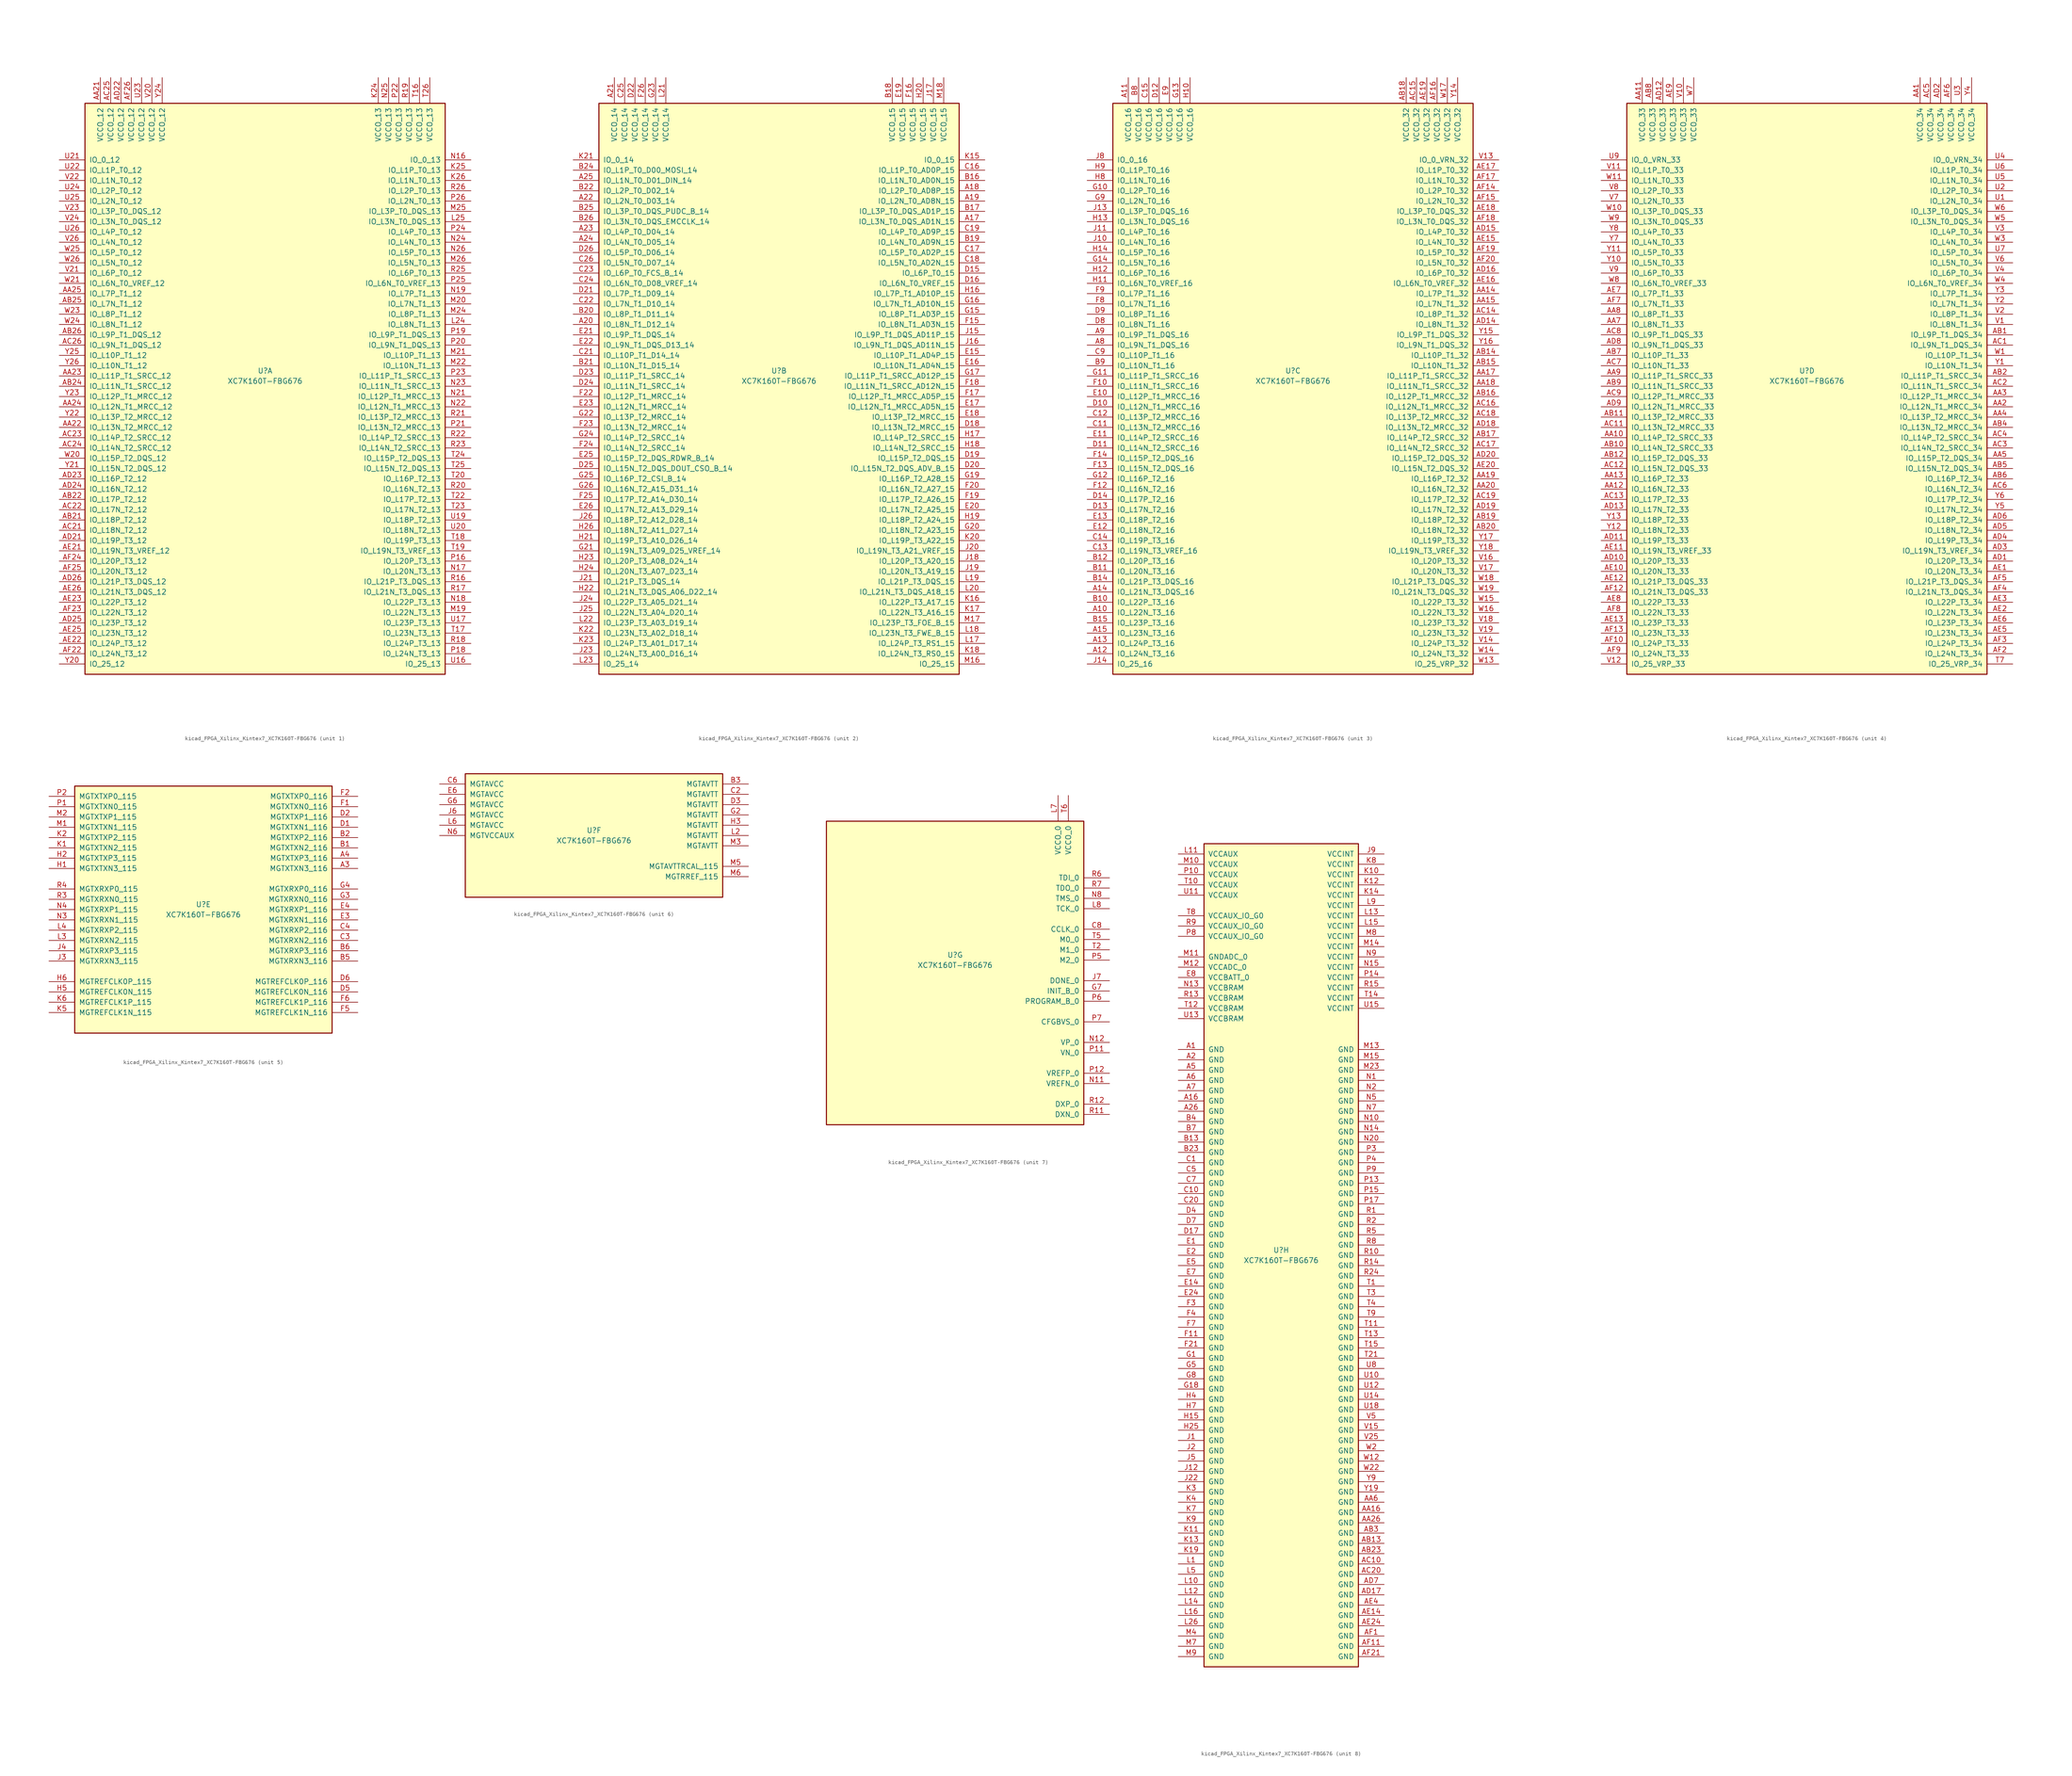
<source format=kicad_sym>
(kicad_symbol_lib
  (version 20220914)
  (generator kicad_symbol_editor)
  (symbol "kicad_FPGA_Xilinx_Kintex7_XC7K160T-FBG676"
    (pin_names
      (offset 1.016))
    (property "Reference" "U"
      (at 0 1.27 0)
      (effects (font (size 1.27 1.27))))
    (property "Value" "XC7K160T-FBG676"
      (at 0 -1.27 0)
      (effects (font (size 1.27 1.27))))
    (property "Datasheet" ""
      (at 0 0 0)
      (effects (font (size 1.27 1.27))))
    (property "ki_locked" ""
      (at 0 0 0)
      (effects (font (size 1.27 1.27))))
    (symbol "kicad_FPGA_Xilinx_Kintex7_XC7K160T-FBG676_1_1"
      (rectangle (start -44.45 67.31) (end 44.45 -73.66) (stroke (width 0.254) (type default)) (fill (type background)))
      (pin power_in line (at -40.64 73.66 270) (length 6.35) (name "VCCO_12" (effects (font (size 1.27 1.27)))) (number "AA21" (effects (font (size 1.27 1.27)))))
      (pin bidirectional line (at -50.8 -12.7 0) (length 6.35) (name "IO_L13N_T2_MRCC_12" (effects (font (size 1.27 1.27)))) (number "AA22" (effects (font (size 1.27 1.27)))))
      (pin bidirectional line (at -50.8 0 0) (length 6.35) (name "IO_L11P_T1_SRCC_12" (effects (font (size 1.27 1.27)))) (number "AA23" (effects (font (size 1.27 1.27)))))
      (pin bidirectional line (at -50.8 -7.62 0) (length 6.35) (name "IO_L12N_T1_MRCC_12" (effects (font (size 1.27 1.27)))) (number "AA24" (effects (font (size 1.27 1.27)))))
      (pin bidirectional line (at -50.8 20.32 0) (length 6.35) (name "IO_L7P_T1_12" (effects (font (size 1.27 1.27)))) (number "AA25" (effects (font (size 1.27 1.27)))))
      (pin bidirectional line (at -50.8 -35.56 0) (length 6.35) (name "IO_L18P_T2_12" (effects (font (size 1.27 1.27)))) (number "AB21" (effects (font (size 1.27 1.27)))))
      (pin bidirectional line (at -50.8 -30.48 0) (length 6.35) (name "IO_L17P_T2_12" (effects (font (size 1.27 1.27)))) (number "AB22" (effects (font (size 1.27 1.27)))))
      (pin bidirectional line (at -50.8 -2.54 0) (length 6.35) (name "IO_L11N_T1_SRCC_12" (effects (font (size 1.27 1.27)))) (number "AB24" (effects (font (size 1.27 1.27)))))
      (pin bidirectional line (at -50.8 17.78 0) (length 6.35) (name "IO_L7N_T1_12" (effects (font (size 1.27 1.27)))) (number "AB25" (effects (font (size 1.27 1.27)))))
      (pin bidirectional line (at -50.8 10.16 0) (length 6.35) (name "IO_L9P_T1_DQS_12" (effects (font (size 1.27 1.27)))) (number "AB26" (effects (font (size 1.27 1.27)))))
      (pin bidirectional line (at -50.8 -38.1 0) (length 6.35) (name "IO_L18N_T2_12" (effects (font (size 1.27 1.27)))) (number "AC21" (effects (font (size 1.27 1.27)))))
      (pin bidirectional line (at -50.8 -33.02 0) (length 6.35) (name "IO_L17N_T2_12" (effects (font (size 1.27 1.27)))) (number "AC22" (effects (font (size 1.27 1.27)))))
      (pin bidirectional line (at -50.8 -15.24 0) (length 6.35) (name "IO_L14P_T2_SRCC_12" (effects (font (size 1.27 1.27)))) (number "AC23" (effects (font (size 1.27 1.27)))))
      (pin bidirectional line (at -50.8 -17.78 0) (length 6.35) (name "IO_L14N_T2_SRCC_12" (effects (font (size 1.27 1.27)))) (number "AC24" (effects (font (size 1.27 1.27)))))
      (pin power_in line (at -38.1 73.66 270) (length 6.35) (name "VCCO_12" (effects (font (size 1.27 1.27)))) (number "AC25" (effects (font (size 1.27 1.27)))))
      (pin bidirectional line (at -50.8 7.62 0) (length 6.35) (name "IO_L9N_T1_DQS_12" (effects (font (size 1.27 1.27)))) (number "AC26" (effects (font (size 1.27 1.27)))))
      (pin bidirectional line (at -50.8 -40.64 0) (length 6.35) (name "IO_L19P_T3_12" (effects (font (size 1.27 1.27)))) (number "AD21" (effects (font (size 1.27 1.27)))))
      (pin power_in line (at -35.56 73.66 270) (length 6.35) (name "VCCO_12" (effects (font (size 1.27 1.27)))) (number "AD22" (effects (font (size 1.27 1.27)))))
      (pin bidirectional line (at -50.8 -25.4 0) (length 6.35) (name "IO_L16P_T2_12" (effects (font (size 1.27 1.27)))) (number "AD23" (effects (font (size 1.27 1.27)))))
      (pin bidirectional line (at -50.8 -27.94 0) (length 6.35) (name "IO_L16N_T2_12" (effects (font (size 1.27 1.27)))) (number "AD24" (effects (font (size 1.27 1.27)))))
      (pin bidirectional line (at -50.8 -60.96 0) (length 6.35) (name "IO_L23P_T3_12" (effects (font (size 1.27 1.27)))) (number "AD25" (effects (font (size 1.27 1.27)))))
      (pin bidirectional line (at -50.8 -50.8 0) (length 6.35) (name "IO_L21P_T3_DQS_12" (effects (font (size 1.27 1.27)))) (number "AD26" (effects (font (size 1.27 1.27)))))
      (pin bidirectional line (at -50.8 -43.18 0) (length 6.35) (name "IO_L19N_T3_VREF_12" (effects (font (size 1.27 1.27)))) (number "AE21" (effects (font (size 1.27 1.27)))))
      (pin bidirectional line (at -50.8 -66.04 0) (length 6.35) (name "IO_L24P_T3_12" (effects (font (size 1.27 1.27)))) (number "AE22" (effects (font (size 1.27 1.27)))))
      (pin bidirectional line (at -50.8 -55.88 0) (length 6.35) (name "IO_L22P_T3_12" (effects (font (size 1.27 1.27)))) (number "AE23" (effects (font (size 1.27 1.27)))))
      (pin bidirectional line (at -50.8 -63.5 0) (length 6.35) (name "IO_L23N_T3_12" (effects (font (size 1.27 1.27)))) (number "AE25" (effects (font (size 1.27 1.27)))))
      (pin bidirectional line (at -50.8 -53.34 0) (length 6.35) (name "IO_L21N_T3_DQS_12" (effects (font (size 1.27 1.27)))) (number "AE26" (effects (font (size 1.27 1.27)))))
      (pin bidirectional line (at -50.8 -68.58 0) (length 6.35) (name "IO_L24N_T3_12" (effects (font (size 1.27 1.27)))) (number "AF22" (effects (font (size 1.27 1.27)))))
      (pin bidirectional line (at -50.8 -58.42 0) (length 6.35) (name "IO_L22N_T3_12" (effects (font (size 1.27 1.27)))) (number "AF23" (effects (font (size 1.27 1.27)))))
      (pin bidirectional line (at -50.8 -45.72 0) (length 6.35) (name "IO_L20P_T3_12" (effects (font (size 1.27 1.27)))) (number "AF24" (effects (font (size 1.27 1.27)))))
      (pin bidirectional line (at -50.8 -48.26 0) (length 6.35) (name "IO_L20N_T3_12" (effects (font (size 1.27 1.27)))) (number "AF25" (effects (font (size 1.27 1.27)))))
      (pin power_in line (at -33.02 73.66 270) (length 6.35) (name "VCCO_12" (effects (font (size 1.27 1.27)))) (number "AF26" (effects (font (size 1.27 1.27)))))
      (pin power_in line (at 27.94 73.66 270) (length 6.35) (name "VCCO_13" (effects (font (size 1.27 1.27)))) (number "K24" (effects (font (size 1.27 1.27)))))
      (pin bidirectional line (at 50.8 50.8 180) (length 6.35) (name "IO_L1P_T0_13" (effects (font (size 1.27 1.27)))) (number "K25" (effects (font (size 1.27 1.27)))))
      (pin bidirectional line (at 50.8 48.26 180) (length 6.35) (name "IO_L1N_T0_13" (effects (font (size 1.27 1.27)))) (number "K26" (effects (font (size 1.27 1.27)))))
      (pin bidirectional line (at 50.8 12.7 180) (length 6.35) (name "IO_L8N_T1_13" (effects (font (size 1.27 1.27)))) (number "L24" (effects (font (size 1.27 1.27)))))
      (pin bidirectional line (at 50.8 38.1 180) (length 6.35) (name "IO_L3N_T0_DQS_13" (effects (font (size 1.27 1.27)))) (number "L25" (effects (font (size 1.27 1.27)))))
      (pin bidirectional line (at 50.8 -58.42 180) (length 6.35) (name "IO_L22N_T3_13" (effects (font (size 1.27 1.27)))) (number "M19" (effects (font (size 1.27 1.27)))))
      (pin bidirectional line (at 50.8 17.78 180) (length 6.35) (name "IO_L7N_T1_13" (effects (font (size 1.27 1.27)))) (number "M20" (effects (font (size 1.27 1.27)))))
      (pin bidirectional line (at 50.8 5.08 180) (length 6.35) (name "IO_L10P_T1_13" (effects (font (size 1.27 1.27)))) (number "M21" (effects (font (size 1.27 1.27)))))
      (pin bidirectional line (at 50.8 2.54 180) (length 6.35) (name "IO_L10N_T1_13" (effects (font (size 1.27 1.27)))) (number "M22" (effects (font (size 1.27 1.27)))))
      (pin bidirectional line (at 50.8 15.24 180) (length 6.35) (name "IO_L8P_T1_13" (effects (font (size 1.27 1.27)))) (number "M24" (effects (font (size 1.27 1.27)))))
      (pin bidirectional line (at 50.8 40.64 180) (length 6.35) (name "IO_L3P_T0_DQS_13" (effects (font (size 1.27 1.27)))) (number "M25" (effects (font (size 1.27 1.27)))))
      (pin bidirectional line (at 50.8 27.94 180) (length 6.35) (name "IO_L5N_T0_13" (effects (font (size 1.27 1.27)))) (number "M26" (effects (font (size 1.27 1.27)))))
      (pin bidirectional line (at 50.8 53.34 180) (length 6.35) (name "IO_0_13" (effects (font (size 1.27 1.27)))) (number "N16" (effects (font (size 1.27 1.27)))))
      (pin bidirectional line (at 50.8 -48.26 180) (length 6.35) (name "IO_L20N_T3_13" (effects (font (size 1.27 1.27)))) (number "N17" (effects (font (size 1.27 1.27)))))
      (pin bidirectional line (at 50.8 -55.88 180) (length 6.35) (name "IO_L22P_T3_13" (effects (font (size 1.27 1.27)))) (number "N18" (effects (font (size 1.27 1.27)))))
      (pin bidirectional line (at 50.8 20.32 180) (length 6.35) (name "IO_L7P_T1_13" (effects (font (size 1.27 1.27)))) (number "N19" (effects (font (size 1.27 1.27)))))
      (pin bidirectional line (at 50.8 -5.08 180) (length 6.35) (name "IO_L12P_T1_MRCC_13" (effects (font (size 1.27 1.27)))) (number "N21" (effects (font (size 1.27 1.27)))))
      (pin bidirectional line (at 50.8 -7.62 180) (length 6.35) (name "IO_L12N_T1_MRCC_13" (effects (font (size 1.27 1.27)))) (number "N22" (effects (font (size 1.27 1.27)))))
      (pin bidirectional line (at 50.8 -2.54 180) (length 6.35) (name "IO_L11N_T1_SRCC_13" (effects (font (size 1.27 1.27)))) (number "N23" (effects (font (size 1.27 1.27)))))
      (pin bidirectional line (at 50.8 33.02 180) (length 6.35) (name "IO_L4N_T0_13" (effects (font (size 1.27 1.27)))) (number "N24" (effects (font (size 1.27 1.27)))))
      (pin power_in line (at 30.48 73.66 270) (length 6.35) (name "VCCO_13" (effects (font (size 1.27 1.27)))) (number "N25" (effects (font (size 1.27 1.27)))))
      (pin bidirectional line (at 50.8 30.48 180) (length 6.35) (name "IO_L5P_T0_13" (effects (font (size 1.27 1.27)))) (number "N26" (effects (font (size 1.27 1.27)))))
      (pin bidirectional line (at 50.8 -45.72 180) (length 6.35) (name "IO_L20P_T3_13" (effects (font (size 1.27 1.27)))) (number "P16" (effects (font (size 1.27 1.27)))))
      (pin bidirectional line (at 50.8 -68.58 180) (length 6.35) (name "IO_L24N_T3_13" (effects (font (size 1.27 1.27)))) (number "P18" (effects (font (size 1.27 1.27)))))
      (pin bidirectional line (at 50.8 10.16 180) (length 6.35) (name "IO_L9P_T1_DQS_13" (effects (font (size 1.27 1.27)))) (number "P19" (effects (font (size 1.27 1.27)))))
      (pin bidirectional line (at 50.8 7.62 180) (length 6.35) (name "IO_L9N_T1_DQS_13" (effects (font (size 1.27 1.27)))) (number "P20" (effects (font (size 1.27 1.27)))))
      (pin bidirectional line (at 50.8 -12.7 180) (length 6.35) (name "IO_L13N_T2_MRCC_13" (effects (font (size 1.27 1.27)))) (number "P21" (effects (font (size 1.27 1.27)))))
      (pin power_in line (at 33.02 73.66 270) (length 6.35) (name "VCCO_13" (effects (font (size 1.27 1.27)))) (number "P22" (effects (font (size 1.27 1.27)))))
      (pin bidirectional line (at 50.8 0 180) (length 6.35) (name "IO_L11P_T1_SRCC_13" (effects (font (size 1.27 1.27)))) (number "P23" (effects (font (size 1.27 1.27)))))
      (pin bidirectional line (at 50.8 35.56 180) (length 6.35) (name "IO_L4P_T0_13" (effects (font (size 1.27 1.27)))) (number "P24" (effects (font (size 1.27 1.27)))))
      (pin bidirectional line (at 50.8 22.86 180) (length 6.35) (name "IO_L6N_T0_VREF_13" (effects (font (size 1.27 1.27)))) (number "P25" (effects (font (size 1.27 1.27)))))
      (pin bidirectional line (at 50.8 43.18 180) (length 6.35) (name "IO_L2N_T0_13" (effects (font (size 1.27 1.27)))) (number "P26" (effects (font (size 1.27 1.27)))))
      (pin bidirectional line (at 50.8 -50.8 180) (length 6.35) (name "IO_L21P_T3_DQS_13" (effects (font (size 1.27 1.27)))) (number "R16" (effects (font (size 1.27 1.27)))))
      (pin bidirectional line (at 50.8 -53.34 180) (length 6.35) (name "IO_L21N_T3_DQS_13" (effects (font (size 1.27 1.27)))) (number "R17" (effects (font (size 1.27 1.27)))))
      (pin bidirectional line (at 50.8 -66.04 180) (length 6.35) (name "IO_L24P_T3_13" (effects (font (size 1.27 1.27)))) (number "R18" (effects (font (size 1.27 1.27)))))
      (pin power_in line (at 35.56 73.66 270) (length 6.35) (name "VCCO_13" (effects (font (size 1.27 1.27)))) (number "R19" (effects (font (size 1.27 1.27)))))
      (pin bidirectional line (at 50.8 -27.94 180) (length 6.35) (name "IO_L16N_T2_13" (effects (font (size 1.27 1.27)))) (number "R20" (effects (font (size 1.27 1.27)))))
      (pin bidirectional line (at 50.8 -10.16 180) (length 6.35) (name "IO_L13P_T2_MRCC_13" (effects (font (size 1.27 1.27)))) (number "R21" (effects (font (size 1.27 1.27)))))
      (pin bidirectional line (at 50.8 -15.24 180) (length 6.35) (name "IO_L14P_T2_SRCC_13" (effects (font (size 1.27 1.27)))) (number "R22" (effects (font (size 1.27 1.27)))))
      (pin bidirectional line (at 50.8 -17.78 180) (length 6.35) (name "IO_L14N_T2_SRCC_13" (effects (font (size 1.27 1.27)))) (number "R23" (effects (font (size 1.27 1.27)))))
      (pin bidirectional line (at 50.8 25.4 180) (length 6.35) (name "IO_L6P_T0_13" (effects (font (size 1.27 1.27)))) (number "R25" (effects (font (size 1.27 1.27)))))
      (pin bidirectional line (at 50.8 45.72 180) (length 6.35) (name "IO_L2P_T0_13" (effects (font (size 1.27 1.27)))) (number "R26" (effects (font (size 1.27 1.27)))))
      (pin power_in line (at 38.1 73.66 270) (length 6.35) (name "VCCO_13" (effects (font (size 1.27 1.27)))) (number "T16" (effects (font (size 1.27 1.27)))))
      (pin bidirectional line (at 50.8 -63.5 180) (length 6.35) (name "IO_L23N_T3_13" (effects (font (size 1.27 1.27)))) (number "T17" (effects (font (size 1.27 1.27)))))
      (pin bidirectional line (at 50.8 -40.64 180) (length 6.35) (name "IO_L19P_T3_13" (effects (font (size 1.27 1.27)))) (number "T18" (effects (font (size 1.27 1.27)))))
      (pin bidirectional line (at 50.8 -43.18 180) (length 6.35) (name "IO_L19N_T3_VREF_13" (effects (font (size 1.27 1.27)))) (number "T19" (effects (font (size 1.27 1.27)))))
      (pin bidirectional line (at 50.8 -25.4 180) (length 6.35) (name "IO_L16P_T2_13" (effects (font (size 1.27 1.27)))) (number "T20" (effects (font (size 1.27 1.27)))))
      (pin bidirectional line (at 50.8 -30.48 180) (length 6.35) (name "IO_L17P_T2_13" (effects (font (size 1.27 1.27)))) (number "T22" (effects (font (size 1.27 1.27)))))
      (pin bidirectional line (at 50.8 -33.02 180) (length 6.35) (name "IO_L17N_T2_13" (effects (font (size 1.27 1.27)))) (number "T23" (effects (font (size 1.27 1.27)))))
      (pin bidirectional line (at 50.8 -20.32 180) (length 6.35) (name "IO_L15P_T2_DQS_13" (effects (font (size 1.27 1.27)))) (number "T24" (effects (font (size 1.27 1.27)))))
      (pin bidirectional line (at 50.8 -22.86 180) (length 6.35) (name "IO_L15N_T2_DQS_13" (effects (font (size 1.27 1.27)))) (number "T25" (effects (font (size 1.27 1.27)))))
      (pin power_in line (at 40.64 73.66 270) (length 6.35) (name "VCCO_13" (effects (font (size 1.27 1.27)))) (number "T26" (effects (font (size 1.27 1.27)))))
      (pin bidirectional line (at 50.8 -71.12 180) (length 6.35) (name "IO_25_13" (effects (font (size 1.27 1.27)))) (number "U16" (effects (font (size 1.27 1.27)))))
      (pin bidirectional line (at 50.8 -60.96 180) (length 6.35) (name "IO_L23P_T3_13" (effects (font (size 1.27 1.27)))) (number "U17" (effects (font (size 1.27 1.27)))))
      (pin bidirectional line (at 50.8 -35.56 180) (length 6.35) (name "IO_L18P_T2_13" (effects (font (size 1.27 1.27)))) (number "U19" (effects (font (size 1.27 1.27)))))
      (pin bidirectional line (at 50.8 -38.1 180) (length 6.35) (name "IO_L18N_T2_13" (effects (font (size 1.27 1.27)))) (number "U20" (effects (font (size 1.27 1.27)))))
      (pin bidirectional line (at -50.8 53.34 0) (length 6.35) (name "IO_0_12" (effects (font (size 1.27 1.27)))) (number "U21" (effects (font (size 1.27 1.27)))))
      (pin bidirectional line (at -50.8 50.8 0) (length 6.35) (name "IO_L1P_T0_12" (effects (font (size 1.27 1.27)))) (number "U22" (effects (font (size 1.27 1.27)))))
      (pin power_in line (at -30.48 73.66 270) (length 6.35) (name "VCCO_12" (effects (font (size 1.27 1.27)))) (number "U23" (effects (font (size 1.27 1.27)))))
      (pin bidirectional line (at -50.8 45.72 0) (length 6.35) (name "IO_L2P_T0_12" (effects (font (size 1.27 1.27)))) (number "U24" (effects (font (size 1.27 1.27)))))
      (pin bidirectional line (at -50.8 43.18 0) (length 6.35) (name "IO_L2N_T0_12" (effects (font (size 1.27 1.27)))) (number "U25" (effects (font (size 1.27 1.27)))))
      (pin bidirectional line (at -50.8 35.56 0) (length 6.35) (name "IO_L4P_T0_12" (effects (font (size 1.27 1.27)))) (number "U26" (effects (font (size 1.27 1.27)))))
      (pin power_in line (at -27.94 73.66 270) (length 6.35) (name "VCCO_12" (effects (font (size 1.27 1.27)))) (number "V20" (effects (font (size 1.27 1.27)))))
      (pin bidirectional line (at -50.8 25.4 0) (length 6.35) (name "IO_L6P_T0_12" (effects (font (size 1.27 1.27)))) (number "V21" (effects (font (size 1.27 1.27)))))
      (pin bidirectional line (at -50.8 48.26 0) (length 6.35) (name "IO_L1N_T0_12" (effects (font (size 1.27 1.27)))) (number "V22" (effects (font (size 1.27 1.27)))))
      (pin bidirectional line (at -50.8 40.64 0) (length 6.35) (name "IO_L3P_T0_DQS_12" (effects (font (size 1.27 1.27)))) (number "V23" (effects (font (size 1.27 1.27)))))
      (pin bidirectional line (at -50.8 38.1 0) (length 6.35) (name "IO_L3N_T0_DQS_12" (effects (font (size 1.27 1.27)))) (number "V24" (effects (font (size 1.27 1.27)))))
      (pin bidirectional line (at -50.8 33.02 0) (length 6.35) (name "IO_L4N_T0_12" (effects (font (size 1.27 1.27)))) (number "V26" (effects (font (size 1.27 1.27)))))
      (pin bidirectional line (at -50.8 -20.32 0) (length 6.35) (name "IO_L15P_T2_DQS_12" (effects (font (size 1.27 1.27)))) (number "W20" (effects (font (size 1.27 1.27)))))
      (pin bidirectional line (at -50.8 22.86 0) (length 6.35) (name "IO_L6N_T0_VREF_12" (effects (font (size 1.27 1.27)))) (number "W21" (effects (font (size 1.27 1.27)))))
      (pin bidirectional line (at -50.8 15.24 0) (length 6.35) (name "IO_L8P_T1_12" (effects (font (size 1.27 1.27)))) (number "W23" (effects (font (size 1.27 1.27)))))
      (pin bidirectional line (at -50.8 12.7 0) (length 6.35) (name "IO_L8N_T1_12" (effects (font (size 1.27 1.27)))) (number "W24" (effects (font (size 1.27 1.27)))))
      (pin bidirectional line (at -50.8 30.48 0) (length 6.35) (name "IO_L5P_T0_12" (effects (font (size 1.27 1.27)))) (number "W25" (effects (font (size 1.27 1.27)))))
      (pin bidirectional line (at -50.8 27.94 0) (length 6.35) (name "IO_L5N_T0_12" (effects (font (size 1.27 1.27)))) (number "W26" (effects (font (size 1.27 1.27)))))
      (pin bidirectional line (at -50.8 -71.12 0) (length 6.35) (name "IO_25_12" (effects (font (size 1.27 1.27)))) (number "Y20" (effects (font (size 1.27 1.27)))))
      (pin bidirectional line (at -50.8 -22.86 0) (length 6.35) (name "IO_L15N_T2_DQS_12" (effects (font (size 1.27 1.27)))) (number "Y21" (effects (font (size 1.27 1.27)))))
      (pin bidirectional line (at -50.8 -10.16 0) (length 6.35) (name "IO_L13P_T2_MRCC_12" (effects (font (size 1.27 1.27)))) (number "Y22" (effects (font (size 1.27 1.27)))))
      (pin bidirectional line (at -50.8 -5.08 0) (length 6.35) (name "IO_L12P_T1_MRCC_12" (effects (font (size 1.27 1.27)))) (number "Y23" (effects (font (size 1.27 1.27)))))
      (pin power_in line (at -25.4 73.66 270) (length 6.35) (name "VCCO_12" (effects (font (size 1.27 1.27)))) (number "Y24" (effects (font (size 1.27 1.27)))))
      (pin bidirectional line (at -50.8 5.08 0) (length 6.35) (name "IO_L10P_T1_12" (effects (font (size 1.27 1.27)))) (number "Y25" (effects (font (size 1.27 1.27)))))
      (pin bidirectional line (at -50.8 2.54 0) (length 6.35) (name "IO_L10N_T1_12" (effects (font (size 1.27 1.27)))) (number "Y26" (effects (font (size 1.27 1.27))))))
    (symbol "kicad_FPGA_Xilinx_Kintex7_XC7K160T-FBG676_2_1"
      (rectangle (start -44.45 67.31) (end 44.45 -73.66) (stroke (width 0.254) (type default)) (fill (type background)))
      (pin bidirectional line (at 50.8 38.1 180) (length 6.35) (name "IO_L3N_T0_DQS_AD1N_15" (effects (font (size 1.27 1.27)))) (number "A17" (effects (font (size 1.27 1.27)))))
      (pin bidirectional line (at 50.8 45.72 180) (length 6.35) (name "IO_L2P_T0_AD8P_15" (effects (font (size 1.27 1.27)))) (number "A18" (effects (font (size 1.27 1.27)))))
      (pin bidirectional line (at 50.8 43.18 180) (length 6.35) (name "IO_L2N_T0_AD8N_15" (effects (font (size 1.27 1.27)))) (number "A19" (effects (font (size 1.27 1.27)))))
      (pin bidirectional line (at -50.8 12.7 0) (length 6.35) (name "IO_L8N_T1_D12_14" (effects (font (size 1.27 1.27)))) (number "A20" (effects (font (size 1.27 1.27)))))
      (pin power_in line (at -40.64 73.66 270) (length 6.35) (name "VCCO_14" (effects (font (size 1.27 1.27)))) (number "A21" (effects (font (size 1.27 1.27)))))
      (pin bidirectional line (at -50.8 43.18 0) (length 6.35) (name "IO_L2N_T0_D03_14" (effects (font (size 1.27 1.27)))) (number "A22" (effects (font (size 1.27 1.27)))))
      (pin bidirectional line (at -50.8 35.56 0) (length 6.35) (name "IO_L4P_T0_D04_14" (effects (font (size 1.27 1.27)))) (number "A23" (effects (font (size 1.27 1.27)))))
      (pin bidirectional line (at -50.8 33.02 0) (length 6.35) (name "IO_L4N_T0_D05_14" (effects (font (size 1.27 1.27)))) (number "A24" (effects (font (size 1.27 1.27)))))
      (pin bidirectional line (at -50.8 48.26 0) (length 6.35) (name "IO_L1N_T0_D01_DIN_14" (effects (font (size 1.27 1.27)))) (number "A25" (effects (font (size 1.27 1.27)))))
      (pin bidirectional line (at 50.8 48.26 180) (length 6.35) (name "IO_L1N_T0_AD0N_15" (effects (font (size 1.27 1.27)))) (number "B16" (effects (font (size 1.27 1.27)))))
      (pin bidirectional line (at 50.8 40.64 180) (length 6.35) (name "IO_L3P_T0_DQS_AD1P_15" (effects (font (size 1.27 1.27)))) (number "B17" (effects (font (size 1.27 1.27)))))
      (pin power_in line (at 27.94 73.66 270) (length 6.35) (name "VCCO_15" (effects (font (size 1.27 1.27)))) (number "B18" (effects (font (size 1.27 1.27)))))
      (pin bidirectional line (at 50.8 33.02 180) (length 6.35) (name "IO_L4N_T0_AD9N_15" (effects (font (size 1.27 1.27)))) (number "B19" (effects (font (size 1.27 1.27)))))
      (pin bidirectional line (at -50.8 15.24 0) (length 6.35) (name "IO_L8P_T1_D11_14" (effects (font (size 1.27 1.27)))) (number "B20" (effects (font (size 1.27 1.27)))))
      (pin bidirectional line (at -50.8 2.54 0) (length 6.35) (name "IO_L10N_T1_D15_14" (effects (font (size 1.27 1.27)))) (number "B21" (effects (font (size 1.27 1.27)))))
      (pin bidirectional line (at -50.8 45.72 0) (length 6.35) (name "IO_L2P_T0_D02_14" (effects (font (size 1.27 1.27)))) (number "B22" (effects (font (size 1.27 1.27)))))
      (pin bidirectional line (at -50.8 50.8 0) (length 6.35) (name "IO_L1P_T0_D00_MOSI_14" (effects (font (size 1.27 1.27)))) (number "B24" (effects (font (size 1.27 1.27)))))
      (pin bidirectional line (at -50.8 40.64 0) (length 6.35) (name "IO_L3P_T0_DQS_PUDC_B_14" (effects (font (size 1.27 1.27)))) (number "B25" (effects (font (size 1.27 1.27)))))
      (pin bidirectional line (at -50.8 38.1 0) (length 6.35) (name "IO_L3N_T0_DQS_EMCCLK_14" (effects (font (size 1.27 1.27)))) (number "B26" (effects (font (size 1.27 1.27)))))
      (pin bidirectional line (at 50.8 50.8 180) (length 6.35) (name "IO_L1P_T0_AD0P_15" (effects (font (size 1.27 1.27)))) (number "C16" (effects (font (size 1.27 1.27)))))
      (pin bidirectional line (at 50.8 30.48 180) (length 6.35) (name "IO_L5P_T0_AD2P_15" (effects (font (size 1.27 1.27)))) (number "C17" (effects (font (size 1.27 1.27)))))
      (pin bidirectional line (at 50.8 27.94 180) (length 6.35) (name "IO_L5N_T0_AD2N_15" (effects (font (size 1.27 1.27)))) (number "C18" (effects (font (size 1.27 1.27)))))
      (pin bidirectional line (at 50.8 35.56 180) (length 6.35) (name "IO_L4P_T0_AD9P_15" (effects (font (size 1.27 1.27)))) (number "C19" (effects (font (size 1.27 1.27)))))
      (pin bidirectional line (at -50.8 5.08 0) (length 6.35) (name "IO_L10P_T1_D14_14" (effects (font (size 1.27 1.27)))) (number "C21" (effects (font (size 1.27 1.27)))))
      (pin bidirectional line (at -50.8 17.78 0) (length 6.35) (name "IO_L7N_T1_D10_14" (effects (font (size 1.27 1.27)))) (number "C22" (effects (font (size 1.27 1.27)))))
      (pin bidirectional line (at -50.8 25.4 0) (length 6.35) (name "IO_L6P_T0_FCS_B_14" (effects (font (size 1.27 1.27)))) (number "C23" (effects (font (size 1.27 1.27)))))
      (pin bidirectional line (at -50.8 22.86 0) (length 6.35) (name "IO_L6N_T0_D08_VREF_14" (effects (font (size 1.27 1.27)))) (number "C24" (effects (font (size 1.27 1.27)))))
      (pin power_in line (at -38.1 73.66 270) (length 6.35) (name "VCCO_14" (effects (font (size 1.27 1.27)))) (number "C25" (effects (font (size 1.27 1.27)))))
      (pin bidirectional line (at -50.8 27.94 0) (length 6.35) (name "IO_L5N_T0_D07_14" (effects (font (size 1.27 1.27)))) (number "C26" (effects (font (size 1.27 1.27)))))
      (pin bidirectional line (at 50.8 25.4 180) (length 6.35) (name "IO_L6P_T0_15" (effects (font (size 1.27 1.27)))) (number "D15" (effects (font (size 1.27 1.27)))))
      (pin bidirectional line (at 50.8 22.86 180) (length 6.35) (name "IO_L6N_T0_VREF_15" (effects (font (size 1.27 1.27)))) (number "D16" (effects (font (size 1.27 1.27)))))
      (pin bidirectional line (at 50.8 -12.7 180) (length 6.35) (name "IO_L13N_T2_MRCC_15" (effects (font (size 1.27 1.27)))) (number "D18" (effects (font (size 1.27 1.27)))))
      (pin bidirectional line (at 50.8 -20.32 180) (length 6.35) (name "IO_L15P_T2_DQS_15" (effects (font (size 1.27 1.27)))) (number "D19" (effects (font (size 1.27 1.27)))))
      (pin bidirectional line (at 50.8 -22.86 180) (length 6.35) (name "IO_L15N_T2_DQS_ADV_B_15" (effects (font (size 1.27 1.27)))) (number "D20" (effects (font (size 1.27 1.27)))))
      (pin bidirectional line (at -50.8 20.32 0) (length 6.35) (name "IO_L7P_T1_D09_14" (effects (font (size 1.27 1.27)))) (number "D21" (effects (font (size 1.27 1.27)))))
      (pin power_in line (at -35.56 73.66 270) (length 6.35) (name "VCCO_14" (effects (font (size 1.27 1.27)))) (number "D22" (effects (font (size 1.27 1.27)))))
      (pin bidirectional line (at -50.8 0 0) (length 6.35) (name "IO_L11P_T1_SRCC_14" (effects (font (size 1.27 1.27)))) (number "D23" (effects (font (size 1.27 1.27)))))
      (pin bidirectional line (at -50.8 -2.54 0) (length 6.35) (name "IO_L11N_T1_SRCC_14" (effects (font (size 1.27 1.27)))) (number "D24" (effects (font (size 1.27 1.27)))))
      (pin bidirectional line (at -50.8 -22.86 0) (length 6.35) (name "IO_L15N_T2_DQS_DOUT_CSO_B_14" (effects (font (size 1.27 1.27)))) (number "D25" (effects (font (size 1.27 1.27)))))
      (pin bidirectional line (at -50.8 30.48 0) (length 6.35) (name "IO_L5P_T0_D06_14" (effects (font (size 1.27 1.27)))) (number "D26" (effects (font (size 1.27 1.27)))))
      (pin bidirectional line (at 50.8 5.08 180) (length 6.35) (name "IO_L10P_T1_AD4P_15" (effects (font (size 1.27 1.27)))) (number "E15" (effects (font (size 1.27 1.27)))))
      (pin bidirectional line (at 50.8 2.54 180) (length 6.35) (name "IO_L10N_T1_AD4N_15" (effects (font (size 1.27 1.27)))) (number "E16" (effects (font (size 1.27 1.27)))))
      (pin bidirectional line (at 50.8 -7.62 180) (length 6.35) (name "IO_L12N_T1_MRCC_AD5N_15" (effects (font (size 1.27 1.27)))) (number "E17" (effects (font (size 1.27 1.27)))))
      (pin bidirectional line (at 50.8 -10.16 180) (length 6.35) (name "IO_L13P_T2_MRCC_15" (effects (font (size 1.27 1.27)))) (number "E18" (effects (font (size 1.27 1.27)))))
      (pin power_in line (at 30.48 73.66 270) (length 6.35) (name "VCCO_15" (effects (font (size 1.27 1.27)))) (number "E19" (effects (font (size 1.27 1.27)))))
      (pin bidirectional line (at 50.8 -33.02 180) (length 6.35) (name "IO_L17N_T2_A25_15" (effects (font (size 1.27 1.27)))) (number "E20" (effects (font (size 1.27 1.27)))))
      (pin bidirectional line (at -50.8 10.16 0) (length 6.35) (name "IO_L9P_T1_DQS_14" (effects (font (size 1.27 1.27)))) (number "E21" (effects (font (size 1.27 1.27)))))
      (pin bidirectional line (at -50.8 7.62 0) (length 6.35) (name "IO_L9N_T1_DQS_D13_14" (effects (font (size 1.27 1.27)))) (number "E22" (effects (font (size 1.27 1.27)))))
      (pin bidirectional line (at -50.8 -7.62 0) (length 6.35) (name "IO_L12N_T1_MRCC_14" (effects (font (size 1.27 1.27)))) (number "E23" (effects (font (size 1.27 1.27)))))
      (pin bidirectional line (at -50.8 -20.32 0) (length 6.35) (name "IO_L15P_T2_DQS_RDWR_B_14" (effects (font (size 1.27 1.27)))) (number "E25" (effects (font (size 1.27 1.27)))))
      (pin bidirectional line (at -50.8 -33.02 0) (length 6.35) (name "IO_L17N_T2_A13_D29_14" (effects (font (size 1.27 1.27)))) (number "E26" (effects (font (size 1.27 1.27)))))
      (pin bidirectional line (at 50.8 12.7 180) (length 6.35) (name "IO_L8N_T1_AD3N_15" (effects (font (size 1.27 1.27)))) (number "F15" (effects (font (size 1.27 1.27)))))
      (pin power_in line (at 33.02 73.66 270) (length 6.35) (name "VCCO_15" (effects (font (size 1.27 1.27)))) (number "F16" (effects (font (size 1.27 1.27)))))
      (pin bidirectional line (at 50.8 -5.08 180) (length 6.35) (name "IO_L12P_T1_MRCC_AD5P_15" (effects (font (size 1.27 1.27)))) (number "F17" (effects (font (size 1.27 1.27)))))
      (pin bidirectional line (at 50.8 -2.54 180) (length 6.35) (name "IO_L11N_T1_SRCC_AD12N_15" (effects (font (size 1.27 1.27)))) (number "F18" (effects (font (size 1.27 1.27)))))
      (pin bidirectional line (at 50.8 -30.48 180) (length 6.35) (name "IO_L17P_T2_A26_15" (effects (font (size 1.27 1.27)))) (number "F19" (effects (font (size 1.27 1.27)))))
      (pin bidirectional line (at 50.8 -27.94 180) (length 6.35) (name "IO_L16N_T2_A27_15" (effects (font (size 1.27 1.27)))) (number "F20" (effects (font (size 1.27 1.27)))))
      (pin bidirectional line (at -50.8 -5.08 0) (length 6.35) (name "IO_L12P_T1_MRCC_14" (effects (font (size 1.27 1.27)))) (number "F22" (effects (font (size 1.27 1.27)))))
      (pin bidirectional line (at -50.8 -12.7 0) (length 6.35) (name "IO_L13N_T2_MRCC_14" (effects (font (size 1.27 1.27)))) (number "F23" (effects (font (size 1.27 1.27)))))
      (pin bidirectional line (at -50.8 -17.78 0) (length 6.35) (name "IO_L14N_T2_SRCC_14" (effects (font (size 1.27 1.27)))) (number "F24" (effects (font (size 1.27 1.27)))))
      (pin bidirectional line (at -50.8 -30.48 0) (length 6.35) (name "IO_L17P_T2_A14_D30_14" (effects (font (size 1.27 1.27)))) (number "F25" (effects (font (size 1.27 1.27)))))
      (pin power_in line (at -33.02 73.66 270) (length 6.35) (name "VCCO_14" (effects (font (size 1.27 1.27)))) (number "F26" (effects (font (size 1.27 1.27)))))
      (pin bidirectional line (at 50.8 15.24 180) (length 6.35) (name "IO_L8P_T1_AD3P_15" (effects (font (size 1.27 1.27)))) (number "G15" (effects (font (size 1.27 1.27)))))
      (pin bidirectional line (at 50.8 17.78 180) (length 6.35) (name "IO_L7N_T1_AD10N_15" (effects (font (size 1.27 1.27)))) (number "G16" (effects (font (size 1.27 1.27)))))
      (pin bidirectional line (at 50.8 0 180) (length 6.35) (name "IO_L11P_T1_SRCC_AD12P_15" (effects (font (size 1.27 1.27)))) (number "G17" (effects (font (size 1.27 1.27)))))
      (pin bidirectional line (at 50.8 -25.4 180) (length 6.35) (name "IO_L16P_T2_A28_15" (effects (font (size 1.27 1.27)))) (number "G19" (effects (font (size 1.27 1.27)))))
      (pin bidirectional line (at 50.8 -38.1 180) (length 6.35) (name "IO_L18N_T2_A23_15" (effects (font (size 1.27 1.27)))) (number "G20" (effects (font (size 1.27 1.27)))))
      (pin bidirectional line (at -50.8 -43.18 0) (length 6.35) (name "IO_L19N_T3_A09_D25_VREF_14" (effects (font (size 1.27 1.27)))) (number "G21" (effects (font (size 1.27 1.27)))))
      (pin bidirectional line (at -50.8 -10.16 0) (length 6.35) (name "IO_L13P_T2_MRCC_14" (effects (font (size 1.27 1.27)))) (number "G22" (effects (font (size 1.27 1.27)))))
      (pin power_in line (at -30.48 73.66 270) (length 6.35) (name "VCCO_14" (effects (font (size 1.27 1.27)))) (number "G23" (effects (font (size 1.27 1.27)))))
      (pin bidirectional line (at -50.8 -15.24 0) (length 6.35) (name "IO_L14P_T2_SRCC_14" (effects (font (size 1.27 1.27)))) (number "G24" (effects (font (size 1.27 1.27)))))
      (pin bidirectional line (at -50.8 -25.4 0) (length 6.35) (name "IO_L16P_T2_CSI_B_14" (effects (font (size 1.27 1.27)))) (number "G25" (effects (font (size 1.27 1.27)))))
      (pin bidirectional line (at -50.8 -27.94 0) (length 6.35) (name "IO_L16N_T2_A15_D31_14" (effects (font (size 1.27 1.27)))) (number "G26" (effects (font (size 1.27 1.27)))))
      (pin bidirectional line (at 50.8 20.32 180) (length 6.35) (name "IO_L7P_T1_AD10P_15" (effects (font (size 1.27 1.27)))) (number "H16" (effects (font (size 1.27 1.27)))))
      (pin bidirectional line (at 50.8 -15.24 180) (length 6.35) (name "IO_L14P_T2_SRCC_15" (effects (font (size 1.27 1.27)))) (number "H17" (effects (font (size 1.27 1.27)))))
      (pin bidirectional line (at 50.8 -17.78 180) (length 6.35) (name "IO_L14N_T2_SRCC_15" (effects (font (size 1.27 1.27)))) (number "H18" (effects (font (size 1.27 1.27)))))
      (pin bidirectional line (at 50.8 -35.56 180) (length 6.35) (name "IO_L18P_T2_A24_15" (effects (font (size 1.27 1.27)))) (number "H19" (effects (font (size 1.27 1.27)))))
      (pin power_in line (at 35.56 73.66 270) (length 6.35) (name "VCCO_15" (effects (font (size 1.27 1.27)))) (number "H20" (effects (font (size 1.27 1.27)))))
      (pin bidirectional line (at -50.8 -40.64 0) (length 6.35) (name "IO_L19P_T3_A10_D26_14" (effects (font (size 1.27 1.27)))) (number "H21" (effects (font (size 1.27 1.27)))))
      (pin bidirectional line (at -50.8 -53.34 0) (length 6.35) (name "IO_L21N_T3_DQS_A06_D22_14" (effects (font (size 1.27 1.27)))) (number "H22" (effects (font (size 1.27 1.27)))))
      (pin bidirectional line (at -50.8 -45.72 0) (length 6.35) (name "IO_L20P_T3_A08_D24_14" (effects (font (size 1.27 1.27)))) (number "H23" (effects (font (size 1.27 1.27)))))
      (pin bidirectional line (at -50.8 -48.26 0) (length 6.35) (name "IO_L20N_T3_A07_D23_14" (effects (font (size 1.27 1.27)))) (number "H24" (effects (font (size 1.27 1.27)))))
      (pin bidirectional line (at -50.8 -38.1 0) (length 6.35) (name "IO_L18N_T2_A11_D27_14" (effects (font (size 1.27 1.27)))) (number "H26" (effects (font (size 1.27 1.27)))))
      (pin bidirectional line (at 50.8 10.16 180) (length 6.35) (name "IO_L9P_T1_DQS_AD11P_15" (effects (font (size 1.27 1.27)))) (number "J15" (effects (font (size 1.27 1.27)))))
      (pin bidirectional line (at 50.8 7.62 180) (length 6.35) (name "IO_L9N_T1_DQS_AD11N_15" (effects (font (size 1.27 1.27)))) (number "J16" (effects (font (size 1.27 1.27)))))
      (pin power_in line (at 38.1 73.66 270) (length 6.35) (name "VCCO_15" (effects (font (size 1.27 1.27)))) (number "J17" (effects (font (size 1.27 1.27)))))
      (pin bidirectional line (at 50.8 -45.72 180) (length 6.35) (name "IO_L20P_T3_A20_15" (effects (font (size 1.27 1.27)))) (number "J18" (effects (font (size 1.27 1.27)))))
      (pin bidirectional line (at 50.8 -48.26 180) (length 6.35) (name "IO_L20N_T3_A19_15" (effects (font (size 1.27 1.27)))) (number "J19" (effects (font (size 1.27 1.27)))))
      (pin bidirectional line (at 50.8 -43.18 180) (length 6.35) (name "IO_L19N_T3_A21_VREF_15" (effects (font (size 1.27 1.27)))) (number "J20" (effects (font (size 1.27 1.27)))))
      (pin bidirectional line (at -50.8 -50.8 0) (length 6.35) (name "IO_L21P_T3_DQS_14" (effects (font (size 1.27 1.27)))) (number "J21" (effects (font (size 1.27 1.27)))))
      (pin bidirectional line (at -50.8 -68.58 0) (length 6.35) (name "IO_L24N_T3_A00_D16_14" (effects (font (size 1.27 1.27)))) (number "J23" (effects (font (size 1.27 1.27)))))
      (pin bidirectional line (at -50.8 -55.88 0) (length 6.35) (name "IO_L22P_T3_A05_D21_14" (effects (font (size 1.27 1.27)))) (number "J24" (effects (font (size 1.27 1.27)))))
      (pin bidirectional line (at -50.8 -58.42 0) (length 6.35) (name "IO_L22N_T3_A04_D20_14" (effects (font (size 1.27 1.27)))) (number "J25" (effects (font (size 1.27 1.27)))))
      (pin bidirectional line (at -50.8 -35.56 0) (length 6.35) (name "IO_L18P_T2_A12_D28_14" (effects (font (size 1.27 1.27)))) (number "J26" (effects (font (size 1.27 1.27)))))
      (pin bidirectional line (at 50.8 53.34 180) (length 6.35) (name "IO_0_15" (effects (font (size 1.27 1.27)))) (number "K15" (effects (font (size 1.27 1.27)))))
      (pin bidirectional line (at 50.8 -55.88 180) (length 6.35) (name "IO_L22P_T3_A17_15" (effects (font (size 1.27 1.27)))) (number "K16" (effects (font (size 1.27 1.27)))))
      (pin bidirectional line (at 50.8 -58.42 180) (length 6.35) (name "IO_L22N_T3_A16_15" (effects (font (size 1.27 1.27)))) (number "K17" (effects (font (size 1.27 1.27)))))
      (pin bidirectional line (at 50.8 -68.58 180) (length 6.35) (name "IO_L24N_T3_RS0_15" (effects (font (size 1.27 1.27)))) (number "K18" (effects (font (size 1.27 1.27)))))
      (pin bidirectional line (at 50.8 -40.64 180) (length 6.35) (name "IO_L19P_T3_A22_15" (effects (font (size 1.27 1.27)))) (number "K20" (effects (font (size 1.27 1.27)))))
      (pin bidirectional line (at -50.8 53.34 0) (length 6.35) (name "IO_0_14" (effects (font (size 1.27 1.27)))) (number "K21" (effects (font (size 1.27 1.27)))))
      (pin bidirectional line (at -50.8 -63.5 0) (length 6.35) (name "IO_L23N_T3_A02_D18_14" (effects (font (size 1.27 1.27)))) (number "K22" (effects (font (size 1.27 1.27)))))
      (pin bidirectional line (at -50.8 -66.04 0) (length 6.35) (name "IO_L24P_T3_A01_D17_14" (effects (font (size 1.27 1.27)))) (number "K23" (effects (font (size 1.27 1.27)))))
      (pin bidirectional line (at 50.8 -66.04 180) (length 6.35) (name "IO_L24P_T3_RS1_15" (effects (font (size 1.27 1.27)))) (number "L17" (effects (font (size 1.27 1.27)))))
      (pin bidirectional line (at 50.8 -63.5 180) (length 6.35) (name "IO_L23N_T3_FWE_B_15" (effects (font (size 1.27 1.27)))) (number "L18" (effects (font (size 1.27 1.27)))))
      (pin bidirectional line (at 50.8 -50.8 180) (length 6.35) (name "IO_L21P_T3_DQS_15" (effects (font (size 1.27 1.27)))) (number "L19" (effects (font (size 1.27 1.27)))))
      (pin bidirectional line (at 50.8 -53.34 180) (length 6.35) (name "IO_L21N_T3_DQS_A18_15" (effects (font (size 1.27 1.27)))) (number "L20" (effects (font (size 1.27 1.27)))))
      (pin power_in line (at -27.94 73.66 270) (length 6.35) (name "VCCO_14" (effects (font (size 1.27 1.27)))) (number "L21" (effects (font (size 1.27 1.27)))))
      (pin bidirectional line (at -50.8 -60.96 0) (length 6.35) (name "IO_L23P_T3_A03_D19_14" (effects (font (size 1.27 1.27)))) (number "L22" (effects (font (size 1.27 1.27)))))
      (pin bidirectional line (at -50.8 -71.12 0) (length 6.35) (name "IO_25_14" (effects (font (size 1.27 1.27)))) (number "L23" (effects (font (size 1.27 1.27)))))
      (pin bidirectional line (at 50.8 -71.12 180) (length 6.35) (name "IO_25_15" (effects (font (size 1.27 1.27)))) (number "M16" (effects (font (size 1.27 1.27)))))
      (pin bidirectional line (at 50.8 -60.96 180) (length 6.35) (name "IO_L23P_T3_FOE_B_15" (effects (font (size 1.27 1.27)))) (number "M17" (effects (font (size 1.27 1.27)))))
      (pin power_in line (at 40.64 73.66 270) (length 6.35) (name "VCCO_15" (effects (font (size 1.27 1.27)))) (number "M18" (effects (font (size 1.27 1.27))))))
    (symbol "kicad_FPGA_Xilinx_Kintex7_XC7K160T-FBG676_3_1"
      (rectangle (start -44.45 67.31) (end 44.45 -73.66) (stroke (width 0.254) (type default)) (fill (type background)))
      (pin bidirectional line (at -50.8 -58.42 0) (length 6.35) (name "IO_L22N_T3_16" (effects (font (size 1.27 1.27)))) (number "A10" (effects (font (size 1.27 1.27)))))
      (pin power_in line (at -40.64 73.66 270) (length 6.35) (name "VCCO_16" (effects (font (size 1.27 1.27)))) (number "A11" (effects (font (size 1.27 1.27)))))
      (pin bidirectional line (at -50.8 -68.58 0) (length 6.35) (name "IO_L24N_T3_16" (effects (font (size 1.27 1.27)))) (number "A12" (effects (font (size 1.27 1.27)))))
      (pin bidirectional line (at -50.8 -66.04 0) (length 6.35) (name "IO_L24P_T3_16" (effects (font (size 1.27 1.27)))) (number "A13" (effects (font (size 1.27 1.27)))))
      (pin bidirectional line (at -50.8 -53.34 0) (length 6.35) (name "IO_L21N_T3_DQS_16" (effects (font (size 1.27 1.27)))) (number "A14" (effects (font (size 1.27 1.27)))))
      (pin bidirectional line (at -50.8 -63.5 0) (length 6.35) (name "IO_L23N_T3_16" (effects (font (size 1.27 1.27)))) (number "A15" (effects (font (size 1.27 1.27)))))
      (pin bidirectional line (at -50.8 7.62 0) (length 6.35) (name "IO_L9N_T1_DQS_16" (effects (font (size 1.27 1.27)))) (number "A8" (effects (font (size 1.27 1.27)))))
      (pin bidirectional line (at -50.8 10.16 0) (length 6.35) (name "IO_L9P_T1_DQS_16" (effects (font (size 1.27 1.27)))) (number "A9" (effects (font (size 1.27 1.27)))))
      (pin bidirectional line (at 50.8 20.32 180) (length 6.35) (name "IO_L7P_T1_32" (effects (font (size 1.27 1.27)))) (number "AA14" (effects (font (size 1.27 1.27)))))
      (pin bidirectional line (at 50.8 17.78 180) (length 6.35) (name "IO_L7N_T1_32" (effects (font (size 1.27 1.27)))) (number "AA15" (effects (font (size 1.27 1.27)))))
      (pin bidirectional line (at 50.8 0 180) (length 6.35) (name "IO_L11P_T1_SRCC_32" (effects (font (size 1.27 1.27)))) (number "AA17" (effects (font (size 1.27 1.27)))))
      (pin bidirectional line (at 50.8 -2.54 180) (length 6.35) (name "IO_L11N_T1_SRCC_32" (effects (font (size 1.27 1.27)))) (number "AA18" (effects (font (size 1.27 1.27)))))
      (pin bidirectional line (at 50.8 -25.4 180) (length 6.35) (name "IO_L16P_T2_32" (effects (font (size 1.27 1.27)))) (number "AA19" (effects (font (size 1.27 1.27)))))
      (pin bidirectional line (at 50.8 -27.94 180) (length 6.35) (name "IO_L16N_T2_32" (effects (font (size 1.27 1.27)))) (number "AA20" (effects (font (size 1.27 1.27)))))
      (pin bidirectional line (at 50.8 5.08 180) (length 6.35) (name "IO_L10P_T1_32" (effects (font (size 1.27 1.27)))) (number "AB14" (effects (font (size 1.27 1.27)))))
      (pin bidirectional line (at 50.8 2.54 180) (length 6.35) (name "IO_L10N_T1_32" (effects (font (size 1.27 1.27)))) (number "AB15" (effects (font (size 1.27 1.27)))))
      (pin bidirectional line (at 50.8 -5.08 180) (length 6.35) (name "IO_L12P_T1_MRCC_32" (effects (font (size 1.27 1.27)))) (number "AB16" (effects (font (size 1.27 1.27)))))
      (pin bidirectional line (at 50.8 -15.24 180) (length 6.35) (name "IO_L14P_T2_SRCC_32" (effects (font (size 1.27 1.27)))) (number "AB17" (effects (font (size 1.27 1.27)))))
      (pin power_in line (at 27.94 73.66 270) (length 6.35) (name "VCCO_32" (effects (font (size 1.27 1.27)))) (number "AB18" (effects (font (size 1.27 1.27)))))
      (pin bidirectional line (at 50.8 -35.56 180) (length 6.35) (name "IO_L18P_T2_32" (effects (font (size 1.27 1.27)))) (number "AB19" (effects (font (size 1.27 1.27)))))
      (pin bidirectional line (at 50.8 -38.1 180) (length 6.35) (name "IO_L18N_T2_32" (effects (font (size 1.27 1.27)))) (number "AB20" (effects (font (size 1.27 1.27)))))
      (pin bidirectional line (at 50.8 15.24 180) (length 6.35) (name "IO_L8P_T1_32" (effects (font (size 1.27 1.27)))) (number "AC14" (effects (font (size 1.27 1.27)))))
      (pin power_in line (at 30.48 73.66 270) (length 6.35) (name "VCCO_32" (effects (font (size 1.27 1.27)))) (number "AC15" (effects (font (size 1.27 1.27)))))
      (pin bidirectional line (at 50.8 -7.62 180) (length 6.35) (name "IO_L12N_T1_MRCC_32" (effects (font (size 1.27 1.27)))) (number "AC16" (effects (font (size 1.27 1.27)))))
      (pin bidirectional line (at 50.8 -17.78 180) (length 6.35) (name "IO_L14N_T2_SRCC_32" (effects (font (size 1.27 1.27)))) (number "AC17" (effects (font (size 1.27 1.27)))))
      (pin bidirectional line (at 50.8 -10.16 180) (length 6.35) (name "IO_L13P_T2_MRCC_32" (effects (font (size 1.27 1.27)))) (number "AC18" (effects (font (size 1.27 1.27)))))
      (pin bidirectional line (at 50.8 -30.48 180) (length 6.35) (name "IO_L17P_T2_32" (effects (font (size 1.27 1.27)))) (number "AC19" (effects (font (size 1.27 1.27)))))
      (pin bidirectional line (at 50.8 12.7 180) (length 6.35) (name "IO_L8N_T1_32" (effects (font (size 1.27 1.27)))) (number "AD14" (effects (font (size 1.27 1.27)))))
      (pin bidirectional line (at 50.8 35.56 180) (length 6.35) (name "IO_L4P_T0_32" (effects (font (size 1.27 1.27)))) (number "AD15" (effects (font (size 1.27 1.27)))))
      (pin bidirectional line (at 50.8 25.4 180) (length 6.35) (name "IO_L6P_T0_32" (effects (font (size 1.27 1.27)))) (number "AD16" (effects (font (size 1.27 1.27)))))
      (pin bidirectional line (at 50.8 -12.7 180) (length 6.35) (name "IO_L13N_T2_MRCC_32" (effects (font (size 1.27 1.27)))) (number "AD18" (effects (font (size 1.27 1.27)))))
      (pin bidirectional line (at 50.8 -33.02 180) (length 6.35) (name "IO_L17N_T2_32" (effects (font (size 1.27 1.27)))) (number "AD19" (effects (font (size 1.27 1.27)))))
      (pin bidirectional line (at 50.8 -20.32 180) (length 6.35) (name "IO_L15P_T2_DQS_32" (effects (font (size 1.27 1.27)))) (number "AD20" (effects (font (size 1.27 1.27)))))
      (pin bidirectional line (at 50.8 33.02 180) (length 6.35) (name "IO_L4N_T0_32" (effects (font (size 1.27 1.27)))) (number "AE15" (effects (font (size 1.27 1.27)))))
      (pin bidirectional line (at 50.8 22.86 180) (length 6.35) (name "IO_L6N_T0_VREF_32" (effects (font (size 1.27 1.27)))) (number "AE16" (effects (font (size 1.27 1.27)))))
      (pin bidirectional line (at 50.8 50.8 180) (length 6.35) (name "IO_L1P_T0_32" (effects (font (size 1.27 1.27)))) (number "AE17" (effects (font (size 1.27 1.27)))))
      (pin bidirectional line (at 50.8 40.64 180) (length 6.35) (name "IO_L3P_T0_DQS_32" (effects (font (size 1.27 1.27)))) (number "AE18" (effects (font (size 1.27 1.27)))))
      (pin power_in line (at 33.02 73.66 270) (length 6.35) (name "VCCO_32" (effects (font (size 1.27 1.27)))) (number "AE19" (effects (font (size 1.27 1.27)))))
      (pin bidirectional line (at 50.8 -22.86 180) (length 6.35) (name "IO_L15N_T2_DQS_32" (effects (font (size 1.27 1.27)))) (number "AE20" (effects (font (size 1.27 1.27)))))
      (pin bidirectional line (at 50.8 45.72 180) (length 6.35) (name "IO_L2P_T0_32" (effects (font (size 1.27 1.27)))) (number "AF14" (effects (font (size 1.27 1.27)))))
      (pin bidirectional line (at 50.8 43.18 180) (length 6.35) (name "IO_L2N_T0_32" (effects (font (size 1.27 1.27)))) (number "AF15" (effects (font (size 1.27 1.27)))))
      (pin power_in line (at 35.56 73.66 270) (length 6.35) (name "VCCO_32" (effects (font (size 1.27 1.27)))) (number "AF16" (effects (font (size 1.27 1.27)))))
      (pin bidirectional line (at 50.8 48.26 180) (length 6.35) (name "IO_L1N_T0_32" (effects (font (size 1.27 1.27)))) (number "AF17" (effects (font (size 1.27 1.27)))))
      (pin bidirectional line (at 50.8 38.1 180) (length 6.35) (name "IO_L3N_T0_DQS_32" (effects (font (size 1.27 1.27)))) (number "AF18" (effects (font (size 1.27 1.27)))))
      (pin bidirectional line (at 50.8 30.48 180) (length 6.35) (name "IO_L5P_T0_32" (effects (font (size 1.27 1.27)))) (number "AF19" (effects (font (size 1.27 1.27)))))
      (pin bidirectional line (at 50.8 27.94 180) (length 6.35) (name "IO_L5N_T0_32" (effects (font (size 1.27 1.27)))) (number "AF20" (effects (font (size 1.27 1.27)))))
      (pin bidirectional line (at -50.8 -55.88 0) (length 6.35) (name "IO_L22P_T3_16" (effects (font (size 1.27 1.27)))) (number "B10" (effects (font (size 1.27 1.27)))))
      (pin bidirectional line (at -50.8 -48.26 0) (length 6.35) (name "IO_L20N_T3_16" (effects (font (size 1.27 1.27)))) (number "B11" (effects (font (size 1.27 1.27)))))
      (pin bidirectional line (at -50.8 -45.72 0) (length 6.35) (name "IO_L20P_T3_16" (effects (font (size 1.27 1.27)))) (number "B12" (effects (font (size 1.27 1.27)))))
      (pin bidirectional line (at -50.8 -50.8 0) (length 6.35) (name "IO_L21P_T3_DQS_16" (effects (font (size 1.27 1.27)))) (number "B14" (effects (font (size 1.27 1.27)))))
      (pin bidirectional line (at -50.8 -60.96 0) (length 6.35) (name "IO_L23P_T3_16" (effects (font (size 1.27 1.27)))) (number "B15" (effects (font (size 1.27 1.27)))))
      (pin power_in line (at -38.1 73.66 270) (length 6.35) (name "VCCO_16" (effects (font (size 1.27 1.27)))) (number "B8" (effects (font (size 1.27 1.27)))))
      (pin bidirectional line (at -50.8 2.54 0) (length 6.35) (name "IO_L10N_T1_16" (effects (font (size 1.27 1.27)))) (number "B9" (effects (font (size 1.27 1.27)))))
      (pin bidirectional line (at -50.8 -12.7 0) (length 6.35) (name "IO_L13N_T2_MRCC_16" (effects (font (size 1.27 1.27)))) (number "C11" (effects (font (size 1.27 1.27)))))
      (pin bidirectional line (at -50.8 -10.16 0) (length 6.35) (name "IO_L13P_T2_MRCC_16" (effects (font (size 1.27 1.27)))) (number "C12" (effects (font (size 1.27 1.27)))))
      (pin bidirectional line (at -50.8 -43.18 0) (length 6.35) (name "IO_L19N_T3_VREF_16" (effects (font (size 1.27 1.27)))) (number "C13" (effects (font (size 1.27 1.27)))))
      (pin bidirectional line (at -50.8 -40.64 0) (length 6.35) (name "IO_L19P_T3_16" (effects (font (size 1.27 1.27)))) (number "C14" (effects (font (size 1.27 1.27)))))
      (pin power_in line (at -35.56 73.66 270) (length 6.35) (name "VCCO_16" (effects (font (size 1.27 1.27)))) (number "C15" (effects (font (size 1.27 1.27)))))
      (pin bidirectional line (at -50.8 5.08 0) (length 6.35) (name "IO_L10P_T1_16" (effects (font (size 1.27 1.27)))) (number "C9" (effects (font (size 1.27 1.27)))))
      (pin bidirectional line (at -50.8 -7.62 0) (length 6.35) (name "IO_L12N_T1_MRCC_16" (effects (font (size 1.27 1.27)))) (number "D10" (effects (font (size 1.27 1.27)))))
      (pin bidirectional line (at -50.8 -17.78 0) (length 6.35) (name "IO_L14N_T2_SRCC_16" (effects (font (size 1.27 1.27)))) (number "D11" (effects (font (size 1.27 1.27)))))
      (pin power_in line (at -33.02 73.66 270) (length 6.35) (name "VCCO_16" (effects (font (size 1.27 1.27)))) (number "D12" (effects (font (size 1.27 1.27)))))
      (pin bidirectional line (at -50.8 -33.02 0) (length 6.35) (name "IO_L17N_T2_16" (effects (font (size 1.27 1.27)))) (number "D13" (effects (font (size 1.27 1.27)))))
      (pin bidirectional line (at -50.8 -30.48 0) (length 6.35) (name "IO_L17P_T2_16" (effects (font (size 1.27 1.27)))) (number "D14" (effects (font (size 1.27 1.27)))))
      (pin bidirectional line (at -50.8 12.7 0) (length 6.35) (name "IO_L8N_T1_16" (effects (font (size 1.27 1.27)))) (number "D8" (effects (font (size 1.27 1.27)))))
      (pin bidirectional line (at -50.8 15.24 0) (length 6.35) (name "IO_L8P_T1_16" (effects (font (size 1.27 1.27)))) (number "D9" (effects (font (size 1.27 1.27)))))
      (pin bidirectional line (at -50.8 -5.08 0) (length 6.35) (name "IO_L12P_T1_MRCC_16" (effects (font (size 1.27 1.27)))) (number "E10" (effects (font (size 1.27 1.27)))))
      (pin bidirectional line (at -50.8 -15.24 0) (length 6.35) (name "IO_L14P_T2_SRCC_16" (effects (font (size 1.27 1.27)))) (number "E11" (effects (font (size 1.27 1.27)))))
      (pin bidirectional line (at -50.8 -38.1 0) (length 6.35) (name "IO_L18N_T2_16" (effects (font (size 1.27 1.27)))) (number "E12" (effects (font (size 1.27 1.27)))))
      (pin bidirectional line (at -50.8 -35.56 0) (length 6.35) (name "IO_L18P_T2_16" (effects (font (size 1.27 1.27)))) (number "E13" (effects (font (size 1.27 1.27)))))
      (pin power_in line (at -30.48 73.66 270) (length 6.35) (name "VCCO_16" (effects (font (size 1.27 1.27)))) (number "E9" (effects (font (size 1.27 1.27)))))
      (pin bidirectional line (at -50.8 -2.54 0) (length 6.35) (name "IO_L11N_T1_SRCC_16" (effects (font (size 1.27 1.27)))) (number "F10" (effects (font (size 1.27 1.27)))))
      (pin bidirectional line (at -50.8 -27.94 0) (length 6.35) (name "IO_L16N_T2_16" (effects (font (size 1.27 1.27)))) (number "F12" (effects (font (size 1.27 1.27)))))
      (pin bidirectional line (at -50.8 -22.86 0) (length 6.35) (name "IO_L15N_T2_DQS_16" (effects (font (size 1.27 1.27)))) (number "F13" (effects (font (size 1.27 1.27)))))
      (pin bidirectional line (at -50.8 -20.32 0) (length 6.35) (name "IO_L15P_T2_DQS_16" (effects (font (size 1.27 1.27)))) (number "F14" (effects (font (size 1.27 1.27)))))
      (pin bidirectional line (at -50.8 17.78 0) (length 6.35) (name "IO_L7N_T1_16" (effects (font (size 1.27 1.27)))) (number "F8" (effects (font (size 1.27 1.27)))))
      (pin bidirectional line (at -50.8 20.32 0) (length 6.35) (name "IO_L7P_T1_16" (effects (font (size 1.27 1.27)))) (number "F9" (effects (font (size 1.27 1.27)))))
      (pin bidirectional line (at -50.8 45.72 0) (length 6.35) (name "IO_L2P_T0_16" (effects (font (size 1.27 1.27)))) (number "G10" (effects (font (size 1.27 1.27)))))
      (pin bidirectional line (at -50.8 0 0) (length 6.35) (name "IO_L11P_T1_SRCC_16" (effects (font (size 1.27 1.27)))) (number "G11" (effects (font (size 1.27 1.27)))))
      (pin bidirectional line (at -50.8 -25.4 0) (length 6.35) (name "IO_L16P_T2_16" (effects (font (size 1.27 1.27)))) (number "G12" (effects (font (size 1.27 1.27)))))
      (pin power_in line (at -27.94 73.66 270) (length 6.35) (name "VCCO_16" (effects (font (size 1.27 1.27)))) (number "G13" (effects (font (size 1.27 1.27)))))
      (pin bidirectional line (at -50.8 27.94 0) (length 6.35) (name "IO_L5N_T0_16" (effects (font (size 1.27 1.27)))) (number "G14" (effects (font (size 1.27 1.27)))))
      (pin bidirectional line (at -50.8 43.18 0) (length 6.35) (name "IO_L2N_T0_16" (effects (font (size 1.27 1.27)))) (number "G9" (effects (font (size 1.27 1.27)))))
      (pin power_in line (at -25.4 73.66 270) (length 6.35) (name "VCCO_16" (effects (font (size 1.27 1.27)))) (number "H10" (effects (font (size 1.27 1.27)))))
      (pin bidirectional line (at -50.8 22.86 0) (length 6.35) (name "IO_L6N_T0_VREF_16" (effects (font (size 1.27 1.27)))) (number "H11" (effects (font (size 1.27 1.27)))))
      (pin bidirectional line (at -50.8 25.4 0) (length 6.35) (name "IO_L6P_T0_16" (effects (font (size 1.27 1.27)))) (number "H12" (effects (font (size 1.27 1.27)))))
      (pin bidirectional line (at -50.8 38.1 0) (length 6.35) (name "IO_L3N_T0_DQS_16" (effects (font (size 1.27 1.27)))) (number "H13" (effects (font (size 1.27 1.27)))))
      (pin bidirectional line (at -50.8 30.48 0) (length 6.35) (name "IO_L5P_T0_16" (effects (font (size 1.27 1.27)))) (number "H14" (effects (font (size 1.27 1.27)))))
      (pin bidirectional line (at -50.8 48.26 0) (length 6.35) (name "IO_L1N_T0_16" (effects (font (size 1.27 1.27)))) (number "H8" (effects (font (size 1.27 1.27)))))
      (pin bidirectional line (at -50.8 50.8 0) (length 6.35) (name "IO_L1P_T0_16" (effects (font (size 1.27 1.27)))) (number "H9" (effects (font (size 1.27 1.27)))))
      (pin bidirectional line (at -50.8 33.02 0) (length 6.35) (name "IO_L4N_T0_16" (effects (font (size 1.27 1.27)))) (number "J10" (effects (font (size 1.27 1.27)))))
      (pin bidirectional line (at -50.8 35.56 0) (length 6.35) (name "IO_L4P_T0_16" (effects (font (size 1.27 1.27)))) (number "J11" (effects (font (size 1.27 1.27)))))
      (pin bidirectional line (at -50.8 40.64 0) (length 6.35) (name "IO_L3P_T0_DQS_16" (effects (font (size 1.27 1.27)))) (number "J13" (effects (font (size 1.27 1.27)))))
      (pin bidirectional line (at -50.8 -71.12 0) (length 6.35) (name "IO_25_16" (effects (font (size 1.27 1.27)))) (number "J14" (effects (font (size 1.27 1.27)))))
      (pin bidirectional line (at -50.8 53.34 0) (length 6.35) (name "IO_0_16" (effects (font (size 1.27 1.27)))) (number "J8" (effects (font (size 1.27 1.27)))))
      (pin bidirectional line (at 50.8 53.34 180) (length 6.35) (name "IO_0_VRN_32" (effects (font (size 1.27 1.27)))) (number "V13" (effects (font (size 1.27 1.27)))))
      (pin bidirectional line (at 50.8 -66.04 180) (length 6.35) (name "IO_L24P_T3_32" (effects (font (size 1.27 1.27)))) (number "V14" (effects (font (size 1.27 1.27)))))
      (pin bidirectional line (at 50.8 -45.72 180) (length 6.35) (name "IO_L20P_T3_32" (effects (font (size 1.27 1.27)))) (number "V16" (effects (font (size 1.27 1.27)))))
      (pin bidirectional line (at 50.8 -48.26 180) (length 6.35) (name "IO_L20N_T3_32" (effects (font (size 1.27 1.27)))) (number "V17" (effects (font (size 1.27 1.27)))))
      (pin bidirectional line (at 50.8 -60.96 180) (length 6.35) (name "IO_L23P_T3_32" (effects (font (size 1.27 1.27)))) (number "V18" (effects (font (size 1.27 1.27)))))
      (pin bidirectional line (at 50.8 -63.5 180) (length 6.35) (name "IO_L23N_T3_32" (effects (font (size 1.27 1.27)))) (number "V19" (effects (font (size 1.27 1.27)))))
      (pin bidirectional line (at 50.8 -71.12 180) (length 6.35) (name "IO_25_VRP_32" (effects (font (size 1.27 1.27)))) (number "W13" (effects (font (size 1.27 1.27)))))
      (pin bidirectional line (at 50.8 -68.58 180) (length 6.35) (name "IO_L24N_T3_32" (effects (font (size 1.27 1.27)))) (number "W14" (effects (font (size 1.27 1.27)))))
      (pin bidirectional line (at 50.8 -55.88 180) (length 6.35) (name "IO_L22P_T3_32" (effects (font (size 1.27 1.27)))) (number "W15" (effects (font (size 1.27 1.27)))))
      (pin bidirectional line (at 50.8 -58.42 180) (length 6.35) (name "IO_L22N_T3_32" (effects (font (size 1.27 1.27)))) (number "W16" (effects (font (size 1.27 1.27)))))
      (pin power_in line (at 38.1 73.66 270) (length 6.35) (name "VCCO_32" (effects (font (size 1.27 1.27)))) (number "W17" (effects (font (size 1.27 1.27)))))
      (pin bidirectional line (at 50.8 -50.8 180) (length 6.35) (name "IO_L21P_T3_DQS_32" (effects (font (size 1.27 1.27)))) (number "W18" (effects (font (size 1.27 1.27)))))
      (pin bidirectional line (at 50.8 -53.34 180) (length 6.35) (name "IO_L21N_T3_DQS_32" (effects (font (size 1.27 1.27)))) (number "W19" (effects (font (size 1.27 1.27)))))
      (pin power_in line (at 40.64 73.66 270) (length 6.35) (name "VCCO_32" (effects (font (size 1.27 1.27)))) (number "Y14" (effects (font (size 1.27 1.27)))))
      (pin bidirectional line (at 50.8 10.16 180) (length 6.35) (name "IO_L9P_T1_DQS_32" (effects (font (size 1.27 1.27)))) (number "Y15" (effects (font (size 1.27 1.27)))))
      (pin bidirectional line (at 50.8 7.62 180) (length 6.35) (name "IO_L9N_T1_DQS_32" (effects (font (size 1.27 1.27)))) (number "Y16" (effects (font (size 1.27 1.27)))))
      (pin bidirectional line (at 50.8 -40.64 180) (length 6.35) (name "IO_L19P_T3_32" (effects (font (size 1.27 1.27)))) (number "Y17" (effects (font (size 1.27 1.27)))))
      (pin bidirectional line (at 50.8 -43.18 180) (length 6.35) (name "IO_L19N_T3_VREF_32" (effects (font (size 1.27 1.27)))) (number "Y18" (effects (font (size 1.27 1.27))))))
    (symbol "kicad_FPGA_Xilinx_Kintex7_XC7K160T-FBG676_4_1"
      (rectangle (start -44.45 67.31) (end 44.45 -73.66) (stroke (width 0.254) (type default)) (fill (type background)))
      (pin power_in line (at 27.94 73.66 270) (length 6.35) (name "VCCO_34" (effects (font (size 1.27 1.27)))) (number "AA1" (effects (font (size 1.27 1.27)))))
      (pin bidirectional line (at -50.8 -15.24 0) (length 6.35) (name "IO_L14P_T2_SRCC_33" (effects (font (size 1.27 1.27)))) (number "AA10" (effects (font (size 1.27 1.27)))))
      (pin power_in line (at -40.64 73.66 270) (length 6.35) (name "VCCO_33" (effects (font (size 1.27 1.27)))) (number "AA11" (effects (font (size 1.27 1.27)))))
      (pin bidirectional line (at -50.8 -27.94 0) (length 6.35) (name "IO_L16N_T2_33" (effects (font (size 1.27 1.27)))) (number "AA12" (effects (font (size 1.27 1.27)))))
      (pin bidirectional line (at -50.8 -25.4 0) (length 6.35) (name "IO_L16P_T2_33" (effects (font (size 1.27 1.27)))) (number "AA13" (effects (font (size 1.27 1.27)))))
      (pin bidirectional line (at 50.8 -7.62 180) (length 6.35) (name "IO_L12N_T1_MRCC_34" (effects (font (size 1.27 1.27)))) (number "AA2" (effects (font (size 1.27 1.27)))))
      (pin bidirectional line (at 50.8 -5.08 180) (length 6.35) (name "IO_L12P_T1_MRCC_34" (effects (font (size 1.27 1.27)))) (number "AA3" (effects (font (size 1.27 1.27)))))
      (pin bidirectional line (at 50.8 -10.16 180) (length 6.35) (name "IO_L13P_T2_MRCC_34" (effects (font (size 1.27 1.27)))) (number "AA4" (effects (font (size 1.27 1.27)))))
      (pin bidirectional line (at 50.8 -20.32 180) (length 6.35) (name "IO_L15P_T2_DQS_34" (effects (font (size 1.27 1.27)))) (number "AA5" (effects (font (size 1.27 1.27)))))
      (pin bidirectional line (at -50.8 12.7 0) (length 6.35) (name "IO_L8N_T1_33" (effects (font (size 1.27 1.27)))) (number "AA7" (effects (font (size 1.27 1.27)))))
      (pin bidirectional line (at -50.8 15.24 0) (length 6.35) (name "IO_L8P_T1_33" (effects (font (size 1.27 1.27)))) (number "AA8" (effects (font (size 1.27 1.27)))))
      (pin bidirectional line (at -50.8 0 0) (length 6.35) (name "IO_L11P_T1_SRCC_33" (effects (font (size 1.27 1.27)))) (number "AA9" (effects (font (size 1.27 1.27)))))
      (pin bidirectional line (at 50.8 10.16 180) (length 6.35) (name "IO_L9P_T1_DQS_34" (effects (font (size 1.27 1.27)))) (number "AB1" (effects (font (size 1.27 1.27)))))
      (pin bidirectional line (at -50.8 -17.78 0) (length 6.35) (name "IO_L14N_T2_SRCC_33" (effects (font (size 1.27 1.27)))) (number "AB10" (effects (font (size 1.27 1.27)))))
      (pin bidirectional line (at -50.8 -10.16 0) (length 6.35) (name "IO_L13P_T2_MRCC_33" (effects (font (size 1.27 1.27)))) (number "AB11" (effects (font (size 1.27 1.27)))))
      (pin bidirectional line (at -50.8 -20.32 0) (length 6.35) (name "IO_L15P_T2_DQS_33" (effects (font (size 1.27 1.27)))) (number "AB12" (effects (font (size 1.27 1.27)))))
      (pin bidirectional line (at 50.8 0 180) (length 6.35) (name "IO_L11P_T1_SRCC_34" (effects (font (size 1.27 1.27)))) (number "AB2" (effects (font (size 1.27 1.27)))))
      (pin bidirectional line (at 50.8 -12.7 180) (length 6.35) (name "IO_L13N_T2_MRCC_34" (effects (font (size 1.27 1.27)))) (number "AB4" (effects (font (size 1.27 1.27)))))
      (pin bidirectional line (at 50.8 -22.86 180) (length 6.35) (name "IO_L15N_T2_DQS_34" (effects (font (size 1.27 1.27)))) (number "AB5" (effects (font (size 1.27 1.27)))))
      (pin bidirectional line (at 50.8 -25.4 180) (length 6.35) (name "IO_L16P_T2_34" (effects (font (size 1.27 1.27)))) (number "AB6" (effects (font (size 1.27 1.27)))))
      (pin bidirectional line (at -50.8 5.08 0) (length 6.35) (name "IO_L10P_T1_33" (effects (font (size 1.27 1.27)))) (number "AB7" (effects (font (size 1.27 1.27)))))
      (pin power_in line (at -38.1 73.66 270) (length 6.35) (name "VCCO_33" (effects (font (size 1.27 1.27)))) (number "AB8" (effects (font (size 1.27 1.27)))))
      (pin bidirectional line (at -50.8 -2.54 0) (length 6.35) (name "IO_L11N_T1_SRCC_33" (effects (font (size 1.27 1.27)))) (number "AB9" (effects (font (size 1.27 1.27)))))
      (pin bidirectional line (at 50.8 7.62 180) (length 6.35) (name "IO_L9N_T1_DQS_34" (effects (font (size 1.27 1.27)))) (number "AC1" (effects (font (size 1.27 1.27)))))
      (pin bidirectional line (at -50.8 -12.7 0) (length 6.35) (name "IO_L13N_T2_MRCC_33" (effects (font (size 1.27 1.27)))) (number "AC11" (effects (font (size 1.27 1.27)))))
      (pin bidirectional line (at -50.8 -22.86 0) (length 6.35) (name "IO_L15N_T2_DQS_33" (effects (font (size 1.27 1.27)))) (number "AC12" (effects (font (size 1.27 1.27)))))
      (pin bidirectional line (at -50.8 -30.48 0) (length 6.35) (name "IO_L17P_T2_33" (effects (font (size 1.27 1.27)))) (number "AC13" (effects (font (size 1.27 1.27)))))
      (pin bidirectional line (at 50.8 -2.54 180) (length 6.35) (name "IO_L11N_T1_SRCC_34" (effects (font (size 1.27 1.27)))) (number "AC2" (effects (font (size 1.27 1.27)))))
      (pin bidirectional line (at 50.8 -17.78 180) (length 6.35) (name "IO_L14N_T2_SRCC_34" (effects (font (size 1.27 1.27)))) (number "AC3" (effects (font (size 1.27 1.27)))))
      (pin bidirectional line (at 50.8 -15.24 180) (length 6.35) (name "IO_L14P_T2_SRCC_34" (effects (font (size 1.27 1.27)))) (number "AC4" (effects (font (size 1.27 1.27)))))
      (pin power_in line (at 30.48 73.66 270) (length 6.35) (name "VCCO_34" (effects (font (size 1.27 1.27)))) (number "AC5" (effects (font (size 1.27 1.27)))))
      (pin bidirectional line (at 50.8 -27.94 180) (length 6.35) (name "IO_L16N_T2_34" (effects (font (size 1.27 1.27)))) (number "AC6" (effects (font (size 1.27 1.27)))))
      (pin bidirectional line (at -50.8 2.54 0) (length 6.35) (name "IO_L10N_T1_33" (effects (font (size 1.27 1.27)))) (number "AC7" (effects (font (size 1.27 1.27)))))
      (pin bidirectional line (at -50.8 10.16 0) (length 6.35) (name "IO_L9P_T1_DQS_33" (effects (font (size 1.27 1.27)))) (number "AC8" (effects (font (size 1.27 1.27)))))
      (pin bidirectional line (at -50.8 -5.08 0) (length 6.35) (name "IO_L12P_T1_MRCC_33" (effects (font (size 1.27 1.27)))) (number "AC9" (effects (font (size 1.27 1.27)))))
      (pin bidirectional line (at 50.8 -45.72 180) (length 6.35) (name "IO_L20P_T3_34" (effects (font (size 1.27 1.27)))) (number "AD1" (effects (font (size 1.27 1.27)))))
      (pin bidirectional line (at -50.8 -45.72 0) (length 6.35) (name "IO_L20P_T3_33" (effects (font (size 1.27 1.27)))) (number "AD10" (effects (font (size 1.27 1.27)))))
      (pin bidirectional line (at -50.8 -40.64 0) (length 6.35) (name "IO_L19P_T3_33" (effects (font (size 1.27 1.27)))) (number "AD11" (effects (font (size 1.27 1.27)))))
      (pin power_in line (at -35.56 73.66 270) (length 6.35) (name "VCCO_33" (effects (font (size 1.27 1.27)))) (number "AD12" (effects (font (size 1.27 1.27)))))
      (pin bidirectional line (at -50.8 -33.02 0) (length 6.35) (name "IO_L17N_T2_33" (effects (font (size 1.27 1.27)))) (number "AD13" (effects (font (size 1.27 1.27)))))
      (pin power_in line (at 33.02 73.66 270) (length 6.35) (name "VCCO_34" (effects (font (size 1.27 1.27)))) (number "AD2" (effects (font (size 1.27 1.27)))))
      (pin bidirectional line (at 50.8 -43.18 180) (length 6.35) (name "IO_L19N_T3_VREF_34" (effects (font (size 1.27 1.27)))) (number "AD3" (effects (font (size 1.27 1.27)))))
      (pin bidirectional line (at 50.8 -40.64 180) (length 6.35) (name "IO_L19P_T3_34" (effects (font (size 1.27 1.27)))) (number "AD4" (effects (font (size 1.27 1.27)))))
      (pin bidirectional line (at 50.8 -38.1 180) (length 6.35) (name "IO_L18N_T2_34" (effects (font (size 1.27 1.27)))) (number "AD5" (effects (font (size 1.27 1.27)))))
      (pin bidirectional line (at 50.8 -35.56 180) (length 6.35) (name "IO_L18P_T2_34" (effects (font (size 1.27 1.27)))) (number "AD6" (effects (font (size 1.27 1.27)))))
      (pin bidirectional line (at -50.8 7.62 0) (length 6.35) (name "IO_L9N_T1_DQS_33" (effects (font (size 1.27 1.27)))) (number "AD8" (effects (font (size 1.27 1.27)))))
      (pin bidirectional line (at -50.8 -7.62 0) (length 6.35) (name "IO_L12N_T1_MRCC_33" (effects (font (size 1.27 1.27)))) (number "AD9" (effects (font (size 1.27 1.27)))))
      (pin bidirectional line (at 50.8 -48.26 180) (length 6.35) (name "IO_L20N_T3_34" (effects (font (size 1.27 1.27)))) (number "AE1" (effects (font (size 1.27 1.27)))))
      (pin bidirectional line (at -50.8 -48.26 0) (length 6.35) (name "IO_L20N_T3_33" (effects (font (size 1.27 1.27)))) (number "AE10" (effects (font (size 1.27 1.27)))))
      (pin bidirectional line (at -50.8 -43.18 0) (length 6.35) (name "IO_L19N_T3_VREF_33" (effects (font (size 1.27 1.27)))) (number "AE11" (effects (font (size 1.27 1.27)))))
      (pin bidirectional line (at -50.8 -50.8 0) (length 6.35) (name "IO_L21P_T3_DQS_33" (effects (font (size 1.27 1.27)))) (number "AE12" (effects (font (size 1.27 1.27)))))
      (pin bidirectional line (at -50.8 -60.96 0) (length 6.35) (name "IO_L23P_T3_33" (effects (font (size 1.27 1.27)))) (number "AE13" (effects (font (size 1.27 1.27)))))
      (pin bidirectional line (at 50.8 -58.42 180) (length 6.35) (name "IO_L22N_T3_34" (effects (font (size 1.27 1.27)))) (number "AE2" (effects (font (size 1.27 1.27)))))
      (pin bidirectional line (at 50.8 -55.88 180) (length 6.35) (name "IO_L22P_T3_34" (effects (font (size 1.27 1.27)))) (number "AE3" (effects (font (size 1.27 1.27)))))
      (pin bidirectional line (at 50.8 -63.5 180) (length 6.35) (name "IO_L23N_T3_34" (effects (font (size 1.27 1.27)))) (number "AE5" (effects (font (size 1.27 1.27)))))
      (pin bidirectional line (at 50.8 -60.96 180) (length 6.35) (name "IO_L23P_T3_34" (effects (font (size 1.27 1.27)))) (number "AE6" (effects (font (size 1.27 1.27)))))
      (pin bidirectional line (at -50.8 20.32 0) (length 6.35) (name "IO_L7P_T1_33" (effects (font (size 1.27 1.27)))) (number "AE7" (effects (font (size 1.27 1.27)))))
      (pin bidirectional line (at -50.8 -55.88 0) (length 6.35) (name "IO_L22P_T3_33" (effects (font (size 1.27 1.27)))) (number "AE8" (effects (font (size 1.27 1.27)))))
      (pin power_in line (at -33.02 73.66 270) (length 6.35) (name "VCCO_33" (effects (font (size 1.27 1.27)))) (number "AE9" (effects (font (size 1.27 1.27)))))
      (pin bidirectional line (at -50.8 -66.04 0) (length 6.35) (name "IO_L24P_T3_33" (effects (font (size 1.27 1.27)))) (number "AF10" (effects (font (size 1.27 1.27)))))
      (pin bidirectional line (at -50.8 -53.34 0) (length 6.35) (name "IO_L21N_T3_DQS_33" (effects (font (size 1.27 1.27)))) (number "AF12" (effects (font (size 1.27 1.27)))))
      (pin bidirectional line (at -50.8 -63.5 0) (length 6.35) (name "IO_L23N_T3_33" (effects (font (size 1.27 1.27)))) (number "AF13" (effects (font (size 1.27 1.27)))))
      (pin bidirectional line (at 50.8 -68.58 180) (length 6.35) (name "IO_L24N_T3_34" (effects (font (size 1.27 1.27)))) (number "AF2" (effects (font (size 1.27 1.27)))))
      (pin bidirectional line (at 50.8 -66.04 180) (length 6.35) (name "IO_L24P_T3_34" (effects (font (size 1.27 1.27)))) (number "AF3" (effects (font (size 1.27 1.27)))))
      (pin bidirectional line (at 50.8 -53.34 180) (length 6.35) (name "IO_L21N_T3_DQS_34" (effects (font (size 1.27 1.27)))) (number "AF4" (effects (font (size 1.27 1.27)))))
      (pin bidirectional line (at 50.8 -50.8 180) (length 6.35) (name "IO_L21P_T3_DQS_34" (effects (font (size 1.27 1.27)))) (number "AF5" (effects (font (size 1.27 1.27)))))
      (pin power_in line (at 35.56 73.66 270) (length 6.35) (name "VCCO_34" (effects (font (size 1.27 1.27)))) (number "AF6" (effects (font (size 1.27 1.27)))))
      (pin bidirectional line (at -50.8 17.78 0) (length 6.35) (name "IO_L7N_T1_33" (effects (font (size 1.27 1.27)))) (number "AF7" (effects (font (size 1.27 1.27)))))
      (pin bidirectional line (at -50.8 -58.42 0) (length 6.35) (name "IO_L22N_T3_33" (effects (font (size 1.27 1.27)))) (number "AF8" (effects (font (size 1.27 1.27)))))
      (pin bidirectional line (at -50.8 -68.58 0) (length 6.35) (name "IO_L24N_T3_33" (effects (font (size 1.27 1.27)))) (number "AF9" (effects (font (size 1.27 1.27)))))
      (pin bidirectional line (at 50.8 -71.12 180) (length 6.35) (name "IO_25_VRP_34" (effects (font (size 1.27 1.27)))) (number "T7" (effects (font (size 1.27 1.27)))))
      (pin bidirectional line (at 50.8 43.18 180) (length 6.35) (name "IO_L2N_T0_34" (effects (font (size 1.27 1.27)))) (number "U1" (effects (font (size 1.27 1.27)))))
      (pin bidirectional line (at 50.8 45.72 180) (length 6.35) (name "IO_L2P_T0_34" (effects (font (size 1.27 1.27)))) (number "U2" (effects (font (size 1.27 1.27)))))
      (pin power_in line (at 38.1 73.66 270) (length 6.35) (name "VCCO_34" (effects (font (size 1.27 1.27)))) (number "U3" (effects (font (size 1.27 1.27)))))
      (pin bidirectional line (at 50.8 53.34 180) (length 6.35) (name "IO_0_VRN_34" (effects (font (size 1.27 1.27)))) (number "U4" (effects (font (size 1.27 1.27)))))
      (pin bidirectional line (at 50.8 48.26 180) (length 6.35) (name "IO_L1N_T0_34" (effects (font (size 1.27 1.27)))) (number "U5" (effects (font (size 1.27 1.27)))))
      (pin bidirectional line (at 50.8 50.8 180) (length 6.35) (name "IO_L1P_T0_34" (effects (font (size 1.27 1.27)))) (number "U6" (effects (font (size 1.27 1.27)))))
      (pin bidirectional line (at 50.8 30.48 180) (length 6.35) (name "IO_L5P_T0_34" (effects (font (size 1.27 1.27)))) (number "U7" (effects (font (size 1.27 1.27)))))
      (pin bidirectional line (at -50.8 53.34 0) (length 6.35) (name "IO_0_VRN_33" (effects (font (size 1.27 1.27)))) (number "U9" (effects (font (size 1.27 1.27)))))
      (pin bidirectional line (at 50.8 12.7 180) (length 6.35) (name "IO_L8N_T1_34" (effects (font (size 1.27 1.27)))) (number "V1" (effects (font (size 1.27 1.27)))))
      (pin power_in line (at -30.48 73.66 270) (length 6.35) (name "VCCO_33" (effects (font (size 1.27 1.27)))) (number "V10" (effects (font (size 1.27 1.27)))))
      (pin bidirectional line (at -50.8 50.8 0) (length 6.35) (name "IO_L1P_T0_33" (effects (font (size 1.27 1.27)))) (number "V11" (effects (font (size 1.27 1.27)))))
      (pin bidirectional line (at -50.8 -71.12 0) (length 6.35) (name "IO_25_VRP_33" (effects (font (size 1.27 1.27)))) (number "V12" (effects (font (size 1.27 1.27)))))
      (pin bidirectional line (at 50.8 15.24 180) (length 6.35) (name "IO_L8P_T1_34" (effects (font (size 1.27 1.27)))) (number "V2" (effects (font (size 1.27 1.27)))))
      (pin bidirectional line (at 50.8 35.56 180) (length 6.35) (name "IO_L4P_T0_34" (effects (font (size 1.27 1.27)))) (number "V3" (effects (font (size 1.27 1.27)))))
      (pin bidirectional line (at 50.8 25.4 180) (length 6.35) (name "IO_L6P_T0_34" (effects (font (size 1.27 1.27)))) (number "V4" (effects (font (size 1.27 1.27)))))
      (pin bidirectional line (at 50.8 27.94 180) (length 6.35) (name "IO_L5N_T0_34" (effects (font (size 1.27 1.27)))) (number "V6" (effects (font (size 1.27 1.27)))))
      (pin bidirectional line (at -50.8 43.18 0) (length 6.35) (name "IO_L2N_T0_33" (effects (font (size 1.27 1.27)))) (number "V7" (effects (font (size 1.27 1.27)))))
      (pin bidirectional line (at -50.8 45.72 0) (length 6.35) (name "IO_L2P_T0_33" (effects (font (size 1.27 1.27)))) (number "V8" (effects (font (size 1.27 1.27)))))
      (pin bidirectional line (at -50.8 25.4 0) (length 6.35) (name "IO_L6P_T0_33" (effects (font (size 1.27 1.27)))) (number "V9" (effects (font (size 1.27 1.27)))))
      (pin bidirectional line (at 50.8 5.08 180) (length 6.35) (name "IO_L10P_T1_34" (effects (font (size 1.27 1.27)))) (number "W1" (effects (font (size 1.27 1.27)))))
      (pin bidirectional line (at -50.8 40.64 0) (length 6.35) (name "IO_L3P_T0_DQS_33" (effects (font (size 1.27 1.27)))) (number "W10" (effects (font (size 1.27 1.27)))))
      (pin bidirectional line (at -50.8 48.26 0) (length 6.35) (name "IO_L1N_T0_33" (effects (font (size 1.27 1.27)))) (number "W11" (effects (font (size 1.27 1.27)))))
      (pin bidirectional line (at 50.8 33.02 180) (length 6.35) (name "IO_L4N_T0_34" (effects (font (size 1.27 1.27)))) (number "W3" (effects (font (size 1.27 1.27)))))
      (pin bidirectional line (at 50.8 22.86 180) (length 6.35) (name "IO_L6N_T0_VREF_34" (effects (font (size 1.27 1.27)))) (number "W4" (effects (font (size 1.27 1.27)))))
      (pin bidirectional line (at 50.8 38.1 180) (length 6.35) (name "IO_L3N_T0_DQS_34" (effects (font (size 1.27 1.27)))) (number "W5" (effects (font (size 1.27 1.27)))))
      (pin bidirectional line (at 50.8 40.64 180) (length 6.35) (name "IO_L3P_T0_DQS_34" (effects (font (size 1.27 1.27)))) (number "W6" (effects (font (size 1.27 1.27)))))
      (pin power_in line (at -27.94 73.66 270) (length 6.35) (name "VCCO_33" (effects (font (size 1.27 1.27)))) (number "W7" (effects (font (size 1.27 1.27)))))
      (pin bidirectional line (at -50.8 22.86 0) (length 6.35) (name "IO_L6N_T0_VREF_33" (effects (font (size 1.27 1.27)))) (number "W8" (effects (font (size 1.27 1.27)))))
      (pin bidirectional line (at -50.8 38.1 0) (length 6.35) (name "IO_L3N_T0_DQS_33" (effects (font (size 1.27 1.27)))) (number "W9" (effects (font (size 1.27 1.27)))))
      (pin bidirectional line (at 50.8 2.54 180) (length 6.35) (name "IO_L10N_T1_34" (effects (font (size 1.27 1.27)))) (number "Y1" (effects (font (size 1.27 1.27)))))
      (pin bidirectional line (at -50.8 27.94 0) (length 6.35) (name "IO_L5N_T0_33" (effects (font (size 1.27 1.27)))) (number "Y10" (effects (font (size 1.27 1.27)))))
      (pin bidirectional line (at -50.8 30.48 0) (length 6.35) (name "IO_L5P_T0_33" (effects (font (size 1.27 1.27)))) (number "Y11" (effects (font (size 1.27 1.27)))))
      (pin bidirectional line (at -50.8 -38.1 0) (length 6.35) (name "IO_L18N_T2_33" (effects (font (size 1.27 1.27)))) (number "Y12" (effects (font (size 1.27 1.27)))))
      (pin bidirectional line (at -50.8 -35.56 0) (length 6.35) (name "IO_L18P_T2_33" (effects (font (size 1.27 1.27)))) (number "Y13" (effects (font (size 1.27 1.27)))))
      (pin bidirectional line (at 50.8 17.78 180) (length 6.35) (name "IO_L7N_T1_34" (effects (font (size 1.27 1.27)))) (number "Y2" (effects (font (size 1.27 1.27)))))
      (pin bidirectional line (at 50.8 20.32 180) (length 6.35) (name "IO_L7P_T1_34" (effects (font (size 1.27 1.27)))) (number "Y3" (effects (font (size 1.27 1.27)))))
      (pin power_in line (at 40.64 73.66 270) (length 6.35) (name "VCCO_34" (effects (font (size 1.27 1.27)))) (number "Y4" (effects (font (size 1.27 1.27)))))
      (pin bidirectional line (at 50.8 -33.02 180) (length 6.35) (name "IO_L17N_T2_34" (effects (font (size 1.27 1.27)))) (number "Y5" (effects (font (size 1.27 1.27)))))
      (pin bidirectional line (at 50.8 -30.48 180) (length 6.35) (name "IO_L17P_T2_34" (effects (font (size 1.27 1.27)))) (number "Y6" (effects (font (size 1.27 1.27)))))
      (pin bidirectional line (at -50.8 33.02 0) (length 6.35) (name "IO_L4N_T0_33" (effects (font (size 1.27 1.27)))) (number "Y7" (effects (font (size 1.27 1.27)))))
      (pin bidirectional line (at -50.8 35.56 0) (length 6.35) (name "IO_L4P_T0_33" (effects (font (size 1.27 1.27)))) (number "Y8" (effects (font (size 1.27 1.27))))))
    (symbol "kicad_FPGA_Xilinx_Kintex7_XC7K160T-FBG676_5_1"
      (rectangle (start -31.75 30.48) (end 31.75 -30.48) (stroke (width 0.254) (type default)) (fill (type background)))
      (pin bidirectional line (at 38.1 10.16 180) (length 6.35) (name "MGTXTXN3_116" (effects (font (size 1.27 1.27)))) (number "A3" (effects (font (size 1.27 1.27)))))
      (pin bidirectional line (at 38.1 12.7 180) (length 6.35) (name "MGTXTXP3_116" (effects (font (size 1.27 1.27)))) (number "A4" (effects (font (size 1.27 1.27)))))
      (pin bidirectional line (at 38.1 15.24 180) (length 6.35) (name "MGTXTXN2_116" (effects (font (size 1.27 1.27)))) (number "B1" (effects (font (size 1.27 1.27)))))
      (pin bidirectional line (at 38.1 17.78 180) (length 6.35) (name "MGTXTXP2_116" (effects (font (size 1.27 1.27)))) (number "B2" (effects (font (size 1.27 1.27)))))
      (pin bidirectional line (at 38.1 -12.7 180) (length 6.35) (name "MGTXRXN3_116" (effects (font (size 1.27 1.27)))) (number "B5" (effects (font (size 1.27 1.27)))))
      (pin bidirectional line (at 38.1 -10.16 180) (length 6.35) (name "MGTXRXP3_116" (effects (font (size 1.27 1.27)))) (number "B6" (effects (font (size 1.27 1.27)))))
      (pin bidirectional line (at 38.1 -7.62 180) (length 6.35) (name "MGTXRXN2_116" (effects (font (size 1.27 1.27)))) (number "C3" (effects (font (size 1.27 1.27)))))
      (pin bidirectional line (at 38.1 -5.08 180) (length 6.35) (name "MGTXRXP2_116" (effects (font (size 1.27 1.27)))) (number "C4" (effects (font (size 1.27 1.27)))))
      (pin bidirectional line (at 38.1 20.32 180) (length 6.35) (name "MGTXTXN1_116" (effects (font (size 1.27 1.27)))) (number "D1" (effects (font (size 1.27 1.27)))))
      (pin bidirectional line (at 38.1 22.86 180) (length 6.35) (name "MGTXTXP1_116" (effects (font (size 1.27 1.27)))) (number "D2" (effects (font (size 1.27 1.27)))))
      (pin bidirectional line (at 38.1 -20.32 180) (length 6.35) (name "MGTREFCLK0N_116" (effects (font (size 1.27 1.27)))) (number "D5" (effects (font (size 1.27 1.27)))))
      (pin bidirectional line (at 38.1 -17.78 180) (length 6.35) (name "MGTREFCLK0P_116" (effects (font (size 1.27 1.27)))) (number "D6" (effects (font (size 1.27 1.27)))))
      (pin bidirectional line (at 38.1 -2.54 180) (length 6.35) (name "MGTXRXN1_116" (effects (font (size 1.27 1.27)))) (number "E3" (effects (font (size 1.27 1.27)))))
      (pin bidirectional line (at 38.1 0 180) (length 6.35) (name "MGTXRXP1_116" (effects (font (size 1.27 1.27)))) (number "E4" (effects (font (size 1.27 1.27)))))
      (pin bidirectional line (at 38.1 25.4 180) (length 6.35) (name "MGTXTXN0_116" (effects (font (size 1.27 1.27)))) (number "F1" (effects (font (size 1.27 1.27)))))
      (pin bidirectional line (at 38.1 27.94 180) (length 6.35) (name "MGTXTXP0_116" (effects (font (size 1.27 1.27)))) (number "F2" (effects (font (size 1.27 1.27)))))
      (pin bidirectional line (at 38.1 -25.4 180) (length 6.35) (name "MGTREFCLK1N_116" (effects (font (size 1.27 1.27)))) (number "F5" (effects (font (size 1.27 1.27)))))
      (pin bidirectional line (at 38.1 -22.86 180) (length 6.35) (name "MGTREFCLK1P_116" (effects (font (size 1.27 1.27)))) (number "F6" (effects (font (size 1.27 1.27)))))
      (pin bidirectional line (at 38.1 2.54 180) (length 6.35) (name "MGTXRXN0_116" (effects (font (size 1.27 1.27)))) (number "G3" (effects (font (size 1.27 1.27)))))
      (pin bidirectional line (at 38.1 5.08 180) (length 6.35) (name "MGTXRXP0_116" (effects (font (size 1.27 1.27)))) (number "G4" (effects (font (size 1.27 1.27)))))
      (pin bidirectional line (at -38.1 10.16 0) (length 6.35) (name "MGTXTXN3_115" (effects (font (size 1.27 1.27)))) (number "H1" (effects (font (size 1.27 1.27)))))
      (pin bidirectional line (at -38.1 12.7 0) (length 6.35) (name "MGTXTXP3_115" (effects (font (size 1.27 1.27)))) (number "H2" (effects (font (size 1.27 1.27)))))
      (pin bidirectional line (at -38.1 -20.32 0) (length 6.35) (name "MGTREFCLK0N_115" (effects (font (size 1.27 1.27)))) (number "H5" (effects (font (size 1.27 1.27)))))
      (pin bidirectional line (at -38.1 -17.78 0) (length 6.35) (name "MGTREFCLK0P_115" (effects (font (size 1.27 1.27)))) (number "H6" (effects (font (size 1.27 1.27)))))
      (pin bidirectional line (at -38.1 -12.7 0) (length 6.35) (name "MGTXRXN3_115" (effects (font (size 1.27 1.27)))) (number "J3" (effects (font (size 1.27 1.27)))))
      (pin bidirectional line (at -38.1 -10.16 0) (length 6.35) (name "MGTXRXP3_115" (effects (font (size 1.27 1.27)))) (number "J4" (effects (font (size 1.27 1.27)))))
      (pin bidirectional line (at -38.1 15.24 0) (length 6.35) (name "MGTXTXN2_115" (effects (font (size 1.27 1.27)))) (number "K1" (effects (font (size 1.27 1.27)))))
      (pin bidirectional line (at -38.1 17.78 0) (length 6.35) (name "MGTXTXP2_115" (effects (font (size 1.27 1.27)))) (number "K2" (effects (font (size 1.27 1.27)))))
      (pin bidirectional line (at -38.1 -25.4 0) (length 6.35) (name "MGTREFCLK1N_115" (effects (font (size 1.27 1.27)))) (number "K5" (effects (font (size 1.27 1.27)))))
      (pin bidirectional line (at -38.1 -22.86 0) (length 6.35) (name "MGTREFCLK1P_115" (effects (font (size 1.27 1.27)))) (number "K6" (effects (font (size 1.27 1.27)))))
      (pin bidirectional line (at -38.1 -7.62 0) (length 6.35) (name "MGTXRXN2_115" (effects (font (size 1.27 1.27)))) (number "L3" (effects (font (size 1.27 1.27)))))
      (pin bidirectional line (at -38.1 -5.08 0) (length 6.35) (name "MGTXRXP2_115" (effects (font (size 1.27 1.27)))) (number "L4" (effects (font (size 1.27 1.27)))))
      (pin bidirectional line (at -38.1 20.32 0) (length 6.35) (name "MGTXTXN1_115" (effects (font (size 1.27 1.27)))) (number "M1" (effects (font (size 1.27 1.27)))))
      (pin bidirectional line (at -38.1 22.86 0) (length 6.35) (name "MGTXTXP1_115" (effects (font (size 1.27 1.27)))) (number "M2" (effects (font (size 1.27 1.27)))))
      (pin bidirectional line (at -38.1 -2.54 0) (length 6.35) (name "MGTXRXN1_115" (effects (font (size 1.27 1.27)))) (number "N3" (effects (font (size 1.27 1.27)))))
      (pin bidirectional line (at -38.1 0 0) (length 6.35) (name "MGTXRXP1_115" (effects (font (size 1.27 1.27)))) (number "N4" (effects (font (size 1.27 1.27)))))
      (pin bidirectional line (at -38.1 25.4 0) (length 6.35) (name "MGTXTXN0_115" (effects (font (size 1.27 1.27)))) (number "P1" (effects (font (size 1.27 1.27)))))
      (pin bidirectional line (at -38.1 27.94 0) (length 6.35) (name "MGTXTXP0_115" (effects (font (size 1.27 1.27)))) (number "P2" (effects (font (size 1.27 1.27)))))
      (pin bidirectional line (at -38.1 2.54 0) (length 6.35) (name "MGTXRXN0_115" (effects (font (size 1.27 1.27)))) (number "R3" (effects (font (size 1.27 1.27)))))
      (pin bidirectional line (at -38.1 5.08 0) (length 6.35) (name "MGTXRXP0_115" (effects (font (size 1.27 1.27)))) (number "R4" (effects (font (size 1.27 1.27))))))
    (symbol "kicad_FPGA_Xilinx_Kintex7_XC7K160T-FBG676_6_1"
      (rectangle (start -31.75 15.24) (end 31.75 -15.24) (stroke (width 0.254) (type default)) (fill (type background)))
      (pin power_in line (at 38.1 12.7 180) (length 6.35) (name "MGTAVTT" (effects (font (size 1.27 1.27)))) (number "B3" (effects (font (size 1.27 1.27)))))
      (pin power_in line (at 38.1 10.16 180) (length 6.35) (name "MGTAVTT" (effects (font (size 1.27 1.27)))) (number "C2" (effects (font (size 1.27 1.27)))))
      (pin power_in line (at -38.1 12.7 0) (length 6.35) (name "MGTAVCC" (effects (font (size 1.27 1.27)))) (number "C6" (effects (font (size 1.27 1.27)))))
      (pin power_in line (at 38.1 7.62 180) (length 6.35) (name "MGTAVTT" (effects (font (size 1.27 1.27)))) (number "D3" (effects (font (size 1.27 1.27)))))
      (pin power_in line (at -38.1 10.16 0) (length 6.35) (name "MGTAVCC" (effects (font (size 1.27 1.27)))) (number "E6" (effects (font (size 1.27 1.27)))))
      (pin power_in line (at 38.1 5.08 180) (length 6.35) (name "MGTAVTT" (effects (font (size 1.27 1.27)))) (number "G2" (effects (font (size 1.27 1.27)))))
      (pin power_in line (at -38.1 7.62 0) (length 6.35) (name "MGTAVCC" (effects (font (size 1.27 1.27)))) (number "G6" (effects (font (size 1.27 1.27)))))
      (pin power_in line (at 38.1 2.54 180) (length 6.35) (name "MGTAVTT" (effects (font (size 1.27 1.27)))) (number "H3" (effects (font (size 1.27 1.27)))))
      (pin power_in line (at -38.1 5.08 0) (length 6.35) (name "MGTAVCC" (effects (font (size 1.27 1.27)))) (number "J6" (effects (font (size 1.27 1.27)))))
      (pin power_in line (at 38.1 0 180) (length 6.35) (name "MGTAVTT" (effects (font (size 1.27 1.27)))) (number "L2" (effects (font (size 1.27 1.27)))))
      (pin power_in line (at -38.1 2.54 0) (length 6.35) (name "MGTAVCC" (effects (font (size 1.27 1.27)))) (number "L6" (effects (font (size 1.27 1.27)))))
      (pin power_in line (at 38.1 -2.54 180) (length 6.35) (name "MGTAVTT" (effects (font (size 1.27 1.27)))) (number "M3" (effects (font (size 1.27 1.27)))))
      (pin power_in line (at 38.1 -7.62 180) (length 6.35) (name "MGTAVTTRCAL_115" (effects (font (size 1.27 1.27)))) (number "M5" (effects (font (size 1.27 1.27)))))
      (pin power_in line (at 38.1 -10.16 180) (length 6.35) (name "MGTRREF_115" (effects (font (size 1.27 1.27)))) (number "M6" (effects (font (size 1.27 1.27)))))
      (pin power_in line (at -38.1 0 0) (length 6.35) (name "MGTVCCAUX" (effects (font (size 1.27 1.27)))) (number "N6" (effects (font (size 1.27 1.27))))))
    (symbol "kicad_FPGA_Xilinx_Kintex7_XC7K160T-FBG676_7_1"
      (rectangle (start -31.75 34.29) (end 31.75 -40.64) (stroke (width 0.254) (type default)) (fill (type background)))
      (pin bidirectional line (at 38.1 7.62 180) (length 6.35) (name "CCLK_0" (effects (font (size 1.27 1.27)))) (number "C8" (effects (font (size 1.27 1.27)))))
      (pin bidirectional line (at 38.1 -7.62 180) (length 6.35) (name "INIT_B_0" (effects (font (size 1.27 1.27)))) (number "G7" (effects (font (size 1.27 1.27)))))
      (pin bidirectional line (at 38.1 -5.08 180) (length 6.35) (name "DONE_0" (effects (font (size 1.27 1.27)))) (number "J7" (effects (font (size 1.27 1.27)))))
      (pin power_in line (at 25.4 40.64 270) (length 6.35) (name "VCCO_0" (effects (font (size 1.27 1.27)))) (number "L7" (effects (font (size 1.27 1.27)))))
      (pin bidirectional line (at 38.1 12.7 180) (length 6.35) (name "TCK_0" (effects (font (size 1.27 1.27)))) (number "L8" (effects (font (size 1.27 1.27)))))
      (pin bidirectional line (at 38.1 -30.48 180) (length 6.35) (name "VREFN_0" (effects (font (size 1.27 1.27)))) (number "N11" (effects (font (size 1.27 1.27)))))
      (pin bidirectional line (at 38.1 -20.32 180) (length 6.35) (name "VP_0" (effects (font (size 1.27 1.27)))) (number "N12" (effects (font (size 1.27 1.27)))))
      (pin bidirectional line (at 38.1 15.24 180) (length 6.35) (name "TMS_0" (effects (font (size 1.27 1.27)))) (number "N8" (effects (font (size 1.27 1.27)))))
      (pin bidirectional line (at 38.1 -22.86 180) (length 6.35) (name "VN_0" (effects (font (size 1.27 1.27)))) (number "P11" (effects (font (size 1.27 1.27)))))
      (pin bidirectional line (at 38.1 -27.94 180) (length 6.35) (name "VREFP_0" (effects (font (size 1.27 1.27)))) (number "P12" (effects (font (size 1.27 1.27)))))
      (pin bidirectional line (at 38.1 0 180) (length 6.35) (name "M2_0" (effects (font (size 1.27 1.27)))) (number "P5" (effects (font (size 1.27 1.27)))))
      (pin bidirectional line (at 38.1 -10.16 180) (length 6.35) (name "PROGRAM_B_0" (effects (font (size 1.27 1.27)))) (number "P6" (effects (font (size 1.27 1.27)))))
      (pin bidirectional line (at 38.1 -15.24 180) (length 6.35) (name "CFGBVS_0" (effects (font (size 1.27 1.27)))) (number "P7" (effects (font (size 1.27 1.27)))))
      (pin bidirectional line (at 38.1 -38.1 180) (length 6.35) (name "DXN_0" (effects (font (size 1.27 1.27)))) (number "R11" (effects (font (size 1.27 1.27)))))
      (pin bidirectional line (at 38.1 -35.56 180) (length 6.35) (name "DXP_0" (effects (font (size 1.27 1.27)))) (number "R12" (effects (font (size 1.27 1.27)))))
      (pin bidirectional line (at 38.1 20.32 180) (length 6.35) (name "TDI_0" (effects (font (size 1.27 1.27)))) (number "R6" (effects (font (size 1.27 1.27)))))
      (pin bidirectional line (at 38.1 17.78 180) (length 6.35) (name "TDO_0" (effects (font (size 1.27 1.27)))) (number "R7" (effects (font (size 1.27 1.27)))))
      (pin bidirectional line (at 38.1 2.54 180) (length 6.35) (name "M1_0" (effects (font (size 1.27 1.27)))) (number "T2" (effects (font (size 1.27 1.27)))))
      (pin bidirectional line (at 38.1 5.08 180) (length 6.35) (name "M0_0" (effects (font (size 1.27 1.27)))) (number "T5" (effects (font (size 1.27 1.27)))))
      (pin power_in line (at 27.94 40.64 270) (length 6.35) (name "VCCO_0" (effects (font (size 1.27 1.27)))) (number "T6" (effects (font (size 1.27 1.27))))))
    (symbol "kicad_FPGA_Xilinx_Kintex7_XC7K160T-FBG676_8_1"
      (rectangle (start -19.05 101.6) (end 19.05 -101.6) (stroke (width 0.254) (type default)) (fill (type background)))
      (pin power_in line (at -25.4 50.8 0) (length 6.35) (name "GND" (effects (font (size 1.27 1.27)))) (number "A1" (effects (font (size 1.27 1.27)))))
      (pin power_in line (at -25.4 38.1 0) (length 6.35) (name "GND" (effects (font (size 1.27 1.27)))) (number "A16" (effects (font (size 1.27 1.27)))))
      (pin power_in line (at -25.4 48.26 0) (length 6.35) (name "GND" (effects (font (size 1.27 1.27)))) (number "A2" (effects (font (size 1.27 1.27)))))
      (pin power_in line (at -25.4 35.56 0) (length 6.35) (name "GND" (effects (font (size 1.27 1.27)))) (number "A26" (effects (font (size 1.27 1.27)))))
      (pin power_in line (at -25.4 45.72 0) (length 6.35) (name "GND" (effects (font (size 1.27 1.27)))) (number "A5" (effects (font (size 1.27 1.27)))))
      (pin power_in line (at -25.4 43.18 0) (length 6.35) (name "GND" (effects (font (size 1.27 1.27)))) (number "A6" (effects (font (size 1.27 1.27)))))
      (pin power_in line (at -25.4 40.64 0) (length 6.35) (name "GND" (effects (font (size 1.27 1.27)))) (number "A7" (effects (font (size 1.27 1.27)))))
      (pin power_in line (at 25.4 -63.5 180) (length 6.35) (name "GND" (effects (font (size 1.27 1.27)))) (number "AA16" (effects (font (size 1.27 1.27)))))
      (pin power_in line (at 25.4 -66.04 180) (length 6.35) (name "GND" (effects (font (size 1.27 1.27)))) (number "AA26" (effects (font (size 1.27 1.27)))))
      (pin power_in line (at 25.4 -60.96 180) (length 6.35) (name "GND" (effects (font (size 1.27 1.27)))) (number "AA6" (effects (font (size 1.27 1.27)))))
      (pin power_in line (at 25.4 -71.12 180) (length 6.35) (name "GND" (effects (font (size 1.27 1.27)))) (number "AB13" (effects (font (size 1.27 1.27)))))
      (pin power_in line (at 25.4 -73.66 180) (length 6.35) (name "GND" (effects (font (size 1.27 1.27)))) (number "AB23" (effects (font (size 1.27 1.27)))))
      (pin power_in line (at 25.4 -68.58 180) (length 6.35) (name "GND" (effects (font (size 1.27 1.27)))) (number "AB3" (effects (font (size 1.27 1.27)))))
      (pin power_in line (at 25.4 -76.2 180) (length 6.35) (name "GND" (effects (font (size 1.27 1.27)))) (number "AC10" (effects (font (size 1.27 1.27)))))
      (pin power_in line (at 25.4 -78.74 180) (length 6.35) (name "GND" (effects (font (size 1.27 1.27)))) (number "AC20" (effects (font (size 1.27 1.27)))))
      (pin power_in line (at 25.4 -83.82 180) (length 6.35) (name "GND" (effects (font (size 1.27 1.27)))) (number "AD17" (effects (font (size 1.27 1.27)))))
      (pin power_in line (at 25.4 -81.28 180) (length 6.35) (name "GND" (effects (font (size 1.27 1.27)))) (number "AD7" (effects (font (size 1.27 1.27)))))
      (pin power_in line (at 25.4 -88.9 180) (length 6.35) (name "GND" (effects (font (size 1.27 1.27)))) (number "AE14" (effects (font (size 1.27 1.27)))))
      (pin power_in line (at 25.4 -91.44 180) (length 6.35) (name "GND" (effects (font (size 1.27 1.27)))) (number "AE24" (effects (font (size 1.27 1.27)))))
      (pin power_in line (at 25.4 -86.36 180) (length 6.35) (name "GND" (effects (font (size 1.27 1.27)))) (number "AE4" (effects (font (size 1.27 1.27)))))
      (pin power_in line (at 25.4 -93.98 180) (length 6.35) (name "GND" (effects (font (size 1.27 1.27)))) (number "AF1" (effects (font (size 1.27 1.27)))))
      (pin power_in line (at 25.4 -96.52 180) (length 6.35) (name "GND" (effects (font (size 1.27 1.27)))) (number "AF11" (effects (font (size 1.27 1.27)))))
      (pin power_in line (at 25.4 -99.06 180) (length 6.35) (name "GND" (effects (font (size 1.27 1.27)))) (number "AF21" (effects (font (size 1.27 1.27)))))
      (pin power_in line (at -25.4 27.94 0) (length 6.35) (name "GND" (effects (font (size 1.27 1.27)))) (number "B13" (effects (font (size 1.27 1.27)))))
      (pin power_in line (at -25.4 25.4 0) (length 6.35) (name "GND" (effects (font (size 1.27 1.27)))) (number "B23" (effects (font (size 1.27 1.27)))))
      (pin power_in line (at -25.4 33.02 0) (length 6.35) (name "GND" (effects (font (size 1.27 1.27)))) (number "B4" (effects (font (size 1.27 1.27)))))
      (pin power_in line (at -25.4 30.48 0) (length 6.35) (name "GND" (effects (font (size 1.27 1.27)))) (number "B7" (effects (font (size 1.27 1.27)))))
      (pin power_in line (at -25.4 22.86 0) (length 6.35) (name "GND" (effects (font (size 1.27 1.27)))) (number "C1" (effects (font (size 1.27 1.27)))))
      (pin power_in line (at -25.4 15.24 0) (length 6.35) (name "GND" (effects (font (size 1.27 1.27)))) (number "C10" (effects (font (size 1.27 1.27)))))
      (pin power_in line (at -25.4 12.7 0) (length 6.35) (name "GND" (effects (font (size 1.27 1.27)))) (number "C20" (effects (font (size 1.27 1.27)))))
      (pin power_in line (at -25.4 20.32 0) (length 6.35) (name "GND" (effects (font (size 1.27 1.27)))) (number "C5" (effects (font (size 1.27 1.27)))))
      (pin power_in line (at -25.4 17.78 0) (length 6.35) (name "GND" (effects (font (size 1.27 1.27)))) (number "C7" (effects (font (size 1.27 1.27)))))
      (pin power_in line (at -25.4 5.08 0) (length 6.35) (name "GND" (effects (font (size 1.27 1.27)))) (number "D17" (effects (font (size 1.27 1.27)))))
      (pin power_in line (at -25.4 10.16 0) (length 6.35) (name "GND" (effects (font (size 1.27 1.27)))) (number "D4" (effects (font (size 1.27 1.27)))))
      (pin power_in line (at -25.4 7.62 0) (length 6.35) (name "GND" (effects (font (size 1.27 1.27)))) (number "D7" (effects (font (size 1.27 1.27)))))
      (pin power_in line (at -25.4 2.54 0) (length 6.35) (name "GND" (effects (font (size 1.27 1.27)))) (number "E1" (effects (font (size 1.27 1.27)))))
      (pin power_in line (at -25.4 -7.62 0) (length 6.35) (name "GND" (effects (font (size 1.27 1.27)))) (number "E14" (effects (font (size 1.27 1.27)))))
      (pin power_in line (at -25.4 0 0) (length 6.35) (name "GND" (effects (font (size 1.27 1.27)))) (number "E2" (effects (font (size 1.27 1.27)))))
      (pin power_in line (at -25.4 -10.16 0) (length 6.35) (name "GND" (effects (font (size 1.27 1.27)))) (number "E24" (effects (font (size 1.27 1.27)))))
      (pin power_in line (at -25.4 -2.54 0) (length 6.35) (name "GND" (effects (font (size 1.27 1.27)))) (number "E5" (effects (font (size 1.27 1.27)))))
      (pin power_in line (at -25.4 -5.08 0) (length 6.35) (name "GND" (effects (font (size 1.27 1.27)))) (number "E7" (effects (font (size 1.27 1.27)))))
      (pin power_in line (at -25.4 68.58 0) (length 6.35) (name "VCCBATT_0" (effects (font (size 1.27 1.27)))) (number "E8" (effects (font (size 1.27 1.27)))))
      (pin power_in line (at -25.4 -20.32 0) (length 6.35) (name "GND" (effects (font (size 1.27 1.27)))) (number "F11" (effects (font (size 1.27 1.27)))))
      (pin power_in line (at -25.4 -22.86 0) (length 6.35) (name "GND" (effects (font (size 1.27 1.27)))) (number "F21" (effects (font (size 1.27 1.27)))))
      (pin power_in line (at -25.4 -12.7 0) (length 6.35) (name "GND" (effects (font (size 1.27 1.27)))) (number "F3" (effects (font (size 1.27 1.27)))))
      (pin power_in line (at -25.4 -15.24 0) (length 6.35) (name "GND" (effects (font (size 1.27 1.27)))) (number "F4" (effects (font (size 1.27 1.27)))))
      (pin power_in line (at -25.4 -17.78 0) (length 6.35) (name "GND" (effects (font (size 1.27 1.27)))) (number "F7" (effects (font (size 1.27 1.27)))))
      (pin power_in line (at -25.4 -25.4 0) (length 6.35) (name "GND" (effects (font (size 1.27 1.27)))) (number "G1" (effects (font (size 1.27 1.27)))))
      (pin power_in line (at -25.4 -33.02 0) (length 6.35) (name "GND" (effects (font (size 1.27 1.27)))) (number "G18" (effects (font (size 1.27 1.27)))))
      (pin power_in line (at -25.4 -27.94 0) (length 6.35) (name "GND" (effects (font (size 1.27 1.27)))) (number "G5" (effects (font (size 1.27 1.27)))))
      (pin power_in line (at -25.4 -30.48 0) (length 6.35) (name "GND" (effects (font (size 1.27 1.27)))) (number "G8" (effects (font (size 1.27 1.27)))))
      (pin power_in line (at -25.4 -40.64 0) (length 6.35) (name "GND" (effects (font (size 1.27 1.27)))) (number "H15" (effects (font (size 1.27 1.27)))))
      (pin power_in line (at -25.4 -43.18 0) (length 6.35) (name "GND" (effects (font (size 1.27 1.27)))) (number "H25" (effects (font (size 1.27 1.27)))))
      (pin power_in line (at -25.4 -35.56 0) (length 6.35) (name "GND" (effects (font (size 1.27 1.27)))) (number "H4" (effects (font (size 1.27 1.27)))))
      (pin power_in line (at -25.4 -38.1 0) (length 6.35) (name "GND" (effects (font (size 1.27 1.27)))) (number "H7" (effects (font (size 1.27 1.27)))))
      (pin power_in line (at -25.4 -45.72 0) (length 6.35) (name "GND" (effects (font (size 1.27 1.27)))) (number "J1" (effects (font (size 1.27 1.27)))))
      (pin power_in line (at -25.4 -53.34 0) (length 6.35) (name "GND" (effects (font (size 1.27 1.27)))) (number "J12" (effects (font (size 1.27 1.27)))))
      (pin power_in line (at -25.4 -48.26 0) (length 6.35) (name "GND" (effects (font (size 1.27 1.27)))) (number "J2" (effects (font (size 1.27 1.27)))))
      (pin power_in line (at -25.4 -55.88 0) (length 6.35) (name "GND" (effects (font (size 1.27 1.27)))) (number "J22" (effects (font (size 1.27 1.27)))))
      (pin power_in line (at -25.4 -50.8 0) (length 6.35) (name "GND" (effects (font (size 1.27 1.27)))) (number "J5" (effects (font (size 1.27 1.27)))))
      (pin power_in line (at 25.4 99.06 180) (length 6.35) (name "VCCINT" (effects (font (size 1.27 1.27)))) (number "J9" (effects (font (size 1.27 1.27)))))
      (pin power_in line (at 25.4 93.98 180) (length 6.35) (name "VCCINT" (effects (font (size 1.27 1.27)))) (number "K10" (effects (font (size 1.27 1.27)))))
      (pin power_in line (at -25.4 -68.58 0) (length 6.35) (name "GND" (effects (font (size 1.27 1.27)))) (number "K11" (effects (font (size 1.27 1.27)))))
      (pin power_in line (at 25.4 91.44 180) (length 6.35) (name "VCCINT" (effects (font (size 1.27 1.27)))) (number "K12" (effects (font (size 1.27 1.27)))))
      (pin power_in line (at -25.4 -71.12 0) (length 6.35) (name "GND" (effects (font (size 1.27 1.27)))) (number "K13" (effects (font (size 1.27 1.27)))))
      (pin power_in line (at 25.4 88.9 180) (length 6.35) (name "VCCINT" (effects (font (size 1.27 1.27)))) (number "K14" (effects (font (size 1.27 1.27)))))
      (pin power_in line (at -25.4 -73.66 0) (length 6.35) (name "GND" (effects (font (size 1.27 1.27)))) (number "K19" (effects (font (size 1.27 1.27)))))
      (pin power_in line (at -25.4 -58.42 0) (length 6.35) (name "GND" (effects (font (size 1.27 1.27)))) (number "K3" (effects (font (size 1.27 1.27)))))
      (pin power_in line (at -25.4 -60.96 0) (length 6.35) (name "GND" (effects (font (size 1.27 1.27)))) (number "K4" (effects (font (size 1.27 1.27)))))
      (pin power_in line (at -25.4 -63.5 0) (length 6.35) (name "GND" (effects (font (size 1.27 1.27)))) (number "K7" (effects (font (size 1.27 1.27)))))
      (pin power_in line (at 25.4 96.52 180) (length 6.35) (name "VCCINT" (effects (font (size 1.27 1.27)))) (number "K8" (effects (font (size 1.27 1.27)))))
      (pin power_in line (at -25.4 -66.04 0) (length 6.35) (name "GND" (effects (font (size 1.27 1.27)))) (number "K9" (effects (font (size 1.27 1.27)))))
      (pin power_in line (at -25.4 -76.2 0) (length 6.35) (name "GND" (effects (font (size 1.27 1.27)))) (number "L1" (effects (font (size 1.27 1.27)))))
      (pin power_in line (at -25.4 -81.28 0) (length 6.35) (name "GND" (effects (font (size 1.27 1.27)))) (number "L10" (effects (font (size 1.27 1.27)))))
      (pin power_in line (at -25.4 99.06 0) (length 6.35) (name "VCCAUX" (effects (font (size 1.27 1.27)))) (number "L11" (effects (font (size 1.27 1.27)))))
      (pin power_in line (at -25.4 -83.82 0) (length 6.35) (name "GND" (effects (font (size 1.27 1.27)))) (number "L12" (effects (font (size 1.27 1.27)))))
      (pin power_in line (at 25.4 83.82 180) (length 6.35) (name "VCCINT" (effects (font (size 1.27 1.27)))) (number "L13" (effects (font (size 1.27 1.27)))))
      (pin power_in line (at -25.4 -86.36 0) (length 6.35) (name "GND" (effects (font (size 1.27 1.27)))) (number "L14" (effects (font (size 1.27 1.27)))))
      (pin power_in line (at 25.4 81.28 180) (length 6.35) (name "VCCINT" (effects (font (size 1.27 1.27)))) (number "L15" (effects (font (size 1.27 1.27)))))
      (pin power_in line (at -25.4 -88.9 0) (length 6.35) (name "GND" (effects (font (size 1.27 1.27)))) (number "L16" (effects (font (size 1.27 1.27)))))
      (pin power_in line (at -25.4 -91.44 0) (length 6.35) (name "GND" (effects (font (size 1.27 1.27)))) (number "L26" (effects (font (size 1.27 1.27)))))
      (pin power_in line (at -25.4 -78.74 0) (length 6.35) (name "GND" (effects (font (size 1.27 1.27)))) (number "L5" (effects (font (size 1.27 1.27)))))
      (pin power_in line (at 25.4 86.36 180) (length 6.35) (name "VCCINT" (effects (font (size 1.27 1.27)))) (number "L9" (effects (font (size 1.27 1.27)))))
      (pin power_in line (at -25.4 96.52 0) (length 6.35) (name "VCCAUX" (effects (font (size 1.27 1.27)))) (number "M10" (effects (font (size 1.27 1.27)))))
      (pin power_in line (at -25.4 73.66 0) (length 6.35) (name "GNDADC_0" (effects (font (size 1.27 1.27)))) (number "M11" (effects (font (size 1.27 1.27)))))
      (pin power_in line (at -25.4 71.12 0) (length 6.35) (name "VCCADC_0" (effects (font (size 1.27 1.27)))) (number "M12" (effects (font (size 1.27 1.27)))))
      (pin power_in line (at 25.4 50.8 180) (length 6.35) (name "GND" (effects (font (size 1.27 1.27)))) (number "M13" (effects (font (size 1.27 1.27)))))
      (pin power_in line (at 25.4 76.2 180) (length 6.35) (name "VCCINT" (effects (font (size 1.27 1.27)))) (number "M14" (effects (font (size 1.27 1.27)))))
      (pin power_in line (at 25.4 48.26 180) (length 6.35) (name "GND" (effects (font (size 1.27 1.27)))) (number "M15" (effects (font (size 1.27 1.27)))))
      (pin power_in line (at 25.4 45.72 180) (length 6.35) (name "GND" (effects (font (size 1.27 1.27)))) (number "M23" (effects (font (size 1.27 1.27)))))
      (pin power_in line (at -25.4 -93.98 0) (length 6.35) (name "GND" (effects (font (size 1.27 1.27)))) (number "M4" (effects (font (size 1.27 1.27)))))
      (pin power_in line (at -25.4 -96.52 0) (length 6.35) (name "GND" (effects (font (size 1.27 1.27)))) (number "M7" (effects (font (size 1.27 1.27)))))
      (pin power_in line (at 25.4 78.74 180) (length 6.35) (name "VCCINT" (effects (font (size 1.27 1.27)))) (number "M8" (effects (font (size 1.27 1.27)))))
      (pin power_in line (at -25.4 -99.06 0) (length 6.35) (name "GND" (effects (font (size 1.27 1.27)))) (number "M9" (effects (font (size 1.27 1.27)))))
      (pin power_in line (at 25.4 43.18 180) (length 6.35) (name "GND" (effects (font (size 1.27 1.27)))) (number "N1" (effects (font (size 1.27 1.27)))))
      (pin power_in line (at 25.4 33.02 180) (length 6.35) (name "GND" (effects (font (size 1.27 1.27)))) (number "N10" (effects (font (size 1.27 1.27)))))
      (pin power_in line (at -25.4 66.04 0) (length 6.35) (name "VCCBRAM" (effects (font (size 1.27 1.27)))) (number "N13" (effects (font (size 1.27 1.27)))))
      (pin power_in line (at 25.4 30.48 180) (length 6.35) (name "GND" (effects (font (size 1.27 1.27)))) (number "N14" (effects (font (size 1.27 1.27)))))
      (pin power_in line (at 25.4 71.12 180) (length 6.35) (name "VCCINT" (effects (font (size 1.27 1.27)))) (number "N15" (effects (font (size 1.27 1.27)))))
      (pin power_in line (at 25.4 40.64 180) (length 6.35) (name "GND" (effects (font (size 1.27 1.27)))) (number "N2" (effects (font (size 1.27 1.27)))))
      (pin power_in line (at 25.4 27.94 180) (length 6.35) (name "GND" (effects (font (size 1.27 1.27)))) (number "N20" (effects (font (size 1.27 1.27)))))
      (pin power_in line (at 25.4 38.1 180) (length 6.35) (name "GND" (effects (font (size 1.27 1.27)))) (number "N5" (effects (font (size 1.27 1.27)))))
      (pin power_in line (at 25.4 35.56 180) (length 6.35) (name "GND" (effects (font (size 1.27 1.27)))) (number "N7" (effects (font (size 1.27 1.27)))))
      (pin power_in line (at 25.4 73.66 180) (length 6.35) (name "VCCINT" (effects (font (size 1.27 1.27)))) (number "N9" (effects (font (size 1.27 1.27)))))
      (pin power_in line (at -25.4 93.98 0) (length 6.35) (name "VCCAUX" (effects (font (size 1.27 1.27)))) (number "P10" (effects (font (size 1.27 1.27)))))
      (pin power_in line (at 25.4 17.78 180) (length 6.35) (name "GND" (effects (font (size 1.27 1.27)))) (number "P13" (effects (font (size 1.27 1.27)))))
      (pin power_in line (at 25.4 68.58 180) (length 6.35) (name "VCCINT" (effects (font (size 1.27 1.27)))) (number "P14" (effects (font (size 1.27 1.27)))))
      (pin power_in line (at 25.4 15.24 180) (length 6.35) (name "GND" (effects (font (size 1.27 1.27)))) (number "P15" (effects (font (size 1.27 1.27)))))
      (pin power_in line (at 25.4 12.7 180) (length 6.35) (name "GND" (effects (font (size 1.27 1.27)))) (number "P17" (effects (font (size 1.27 1.27)))))
      (pin power_in line (at 25.4 25.4 180) (length 6.35) (name "GND" (effects (font (size 1.27 1.27)))) (number "P3" (effects (font (size 1.27 1.27)))))
      (pin power_in line (at 25.4 22.86 180) (length 6.35) (name "GND" (effects (font (size 1.27 1.27)))) (number "P4" (effects (font (size 1.27 1.27)))))
      (pin power_in line (at -25.4 78.74 0) (length 6.35) (name "VCCAUX_IO_G0" (effects (font (size 1.27 1.27)))) (number "P8" (effects (font (size 1.27 1.27)))))
      (pin power_in line (at 25.4 20.32 180) (length 6.35) (name "GND" (effects (font (size 1.27 1.27)))) (number "P9" (effects (font (size 1.27 1.27)))))
      (pin power_in line (at 25.4 10.16 180) (length 6.35) (name "GND" (effects (font (size 1.27 1.27)))) (number "R1" (effects (font (size 1.27 1.27)))))
      (pin power_in line (at 25.4 0 180) (length 6.35) (name "GND" (effects (font (size 1.27 1.27)))) (number "R10" (effects (font (size 1.27 1.27)))))
      (pin power_in line (at -25.4 63.5 0) (length 6.35) (name "VCCBRAM" (effects (font (size 1.27 1.27)))) (number "R13" (effects (font (size 1.27 1.27)))))
      (pin power_in line (at 25.4 -2.54 180) (length 6.35) (name "GND" (effects (font (size 1.27 1.27)))) (number "R14" (effects (font (size 1.27 1.27)))))
      (pin power_in line (at 25.4 66.04 180) (length 6.35) (name "VCCINT" (effects (font (size 1.27 1.27)))) (number "R15" (effects (font (size 1.27 1.27)))))
      (pin power_in line (at 25.4 7.62 180) (length 6.35) (name "GND" (effects (font (size 1.27 1.27)))) (number "R2" (effects (font (size 1.27 1.27)))))
      (pin power_in line (at 25.4 -5.08 180) (length 6.35) (name "GND" (effects (font (size 1.27 1.27)))) (number "R24" (effects (font (size 1.27 1.27)))))
      (pin power_in line (at 25.4 5.08 180) (length 6.35) (name "GND" (effects (font (size 1.27 1.27)))) (number "R5" (effects (font (size 1.27 1.27)))))
      (pin power_in line (at 25.4 2.54 180) (length 6.35) (name "GND" (effects (font (size 1.27 1.27)))) (number "R8" (effects (font (size 1.27 1.27)))))
      (pin power_in line (at -25.4 81.28 0) (length 6.35) (name "VCCAUX_IO_G0" (effects (font (size 1.27 1.27)))) (number "R9" (effects (font (size 1.27 1.27)))))
      (pin power_in line (at 25.4 -7.62 180) (length 6.35) (name "GND" (effects (font (size 1.27 1.27)))) (number "T1" (effects (font (size 1.27 1.27)))))
      (pin power_in line (at -25.4 91.44 0) (length 6.35) (name "VCCAUX" (effects (font (size 1.27 1.27)))) (number "T10" (effects (font (size 1.27 1.27)))))
      (pin power_in line (at 25.4 -17.78 180) (length 6.35) (name "GND" (effects (font (size 1.27 1.27)))) (number "T11" (effects (font (size 1.27 1.27)))))
      (pin power_in line (at -25.4 60.96 0) (length 6.35) (name "VCCBRAM" (effects (font (size 1.27 1.27)))) (number "T12" (effects (font (size 1.27 1.27)))))
      (pin power_in line (at 25.4 -20.32 180) (length 6.35) (name "GND" (effects (font (size 1.27 1.27)))) (number "T13" (effects (font (size 1.27 1.27)))))
      (pin power_in line (at 25.4 63.5 180) (length 6.35) (name "VCCINT" (effects (font (size 1.27 1.27)))) (number "T14" (effects (font (size 1.27 1.27)))))
      (pin power_in line (at 25.4 -22.86 180) (length 6.35) (name "GND" (effects (font (size 1.27 1.27)))) (number "T15" (effects (font (size 1.27 1.27)))))
      (pin power_in line (at 25.4 -25.4 180) (length 6.35) (name "GND" (effects (font (size 1.27 1.27)))) (number "T21" (effects (font (size 1.27 1.27)))))
      (pin power_in line (at 25.4 -10.16 180) (length 6.35) (name "GND" (effects (font (size 1.27 1.27)))) (number "T3" (effects (font (size 1.27 1.27)))))
      (pin power_in line (at 25.4 -12.7 180) (length 6.35) (name "GND" (effects (font (size 1.27 1.27)))) (number "T4" (effects (font (size 1.27 1.27)))))
      (pin power_in line (at -25.4 83.82 0) (length 6.35) (name "VCCAUX_IO_G0" (effects (font (size 1.27 1.27)))) (number "T8" (effects (font (size 1.27 1.27)))))
      (pin power_in line (at 25.4 -15.24 180) (length 6.35) (name "GND" (effects (font (size 1.27 1.27)))) (number "T9" (effects (font (size 1.27 1.27)))))
      (pin power_in line (at 25.4 -30.48 180) (length 6.35) (name "GND" (effects (font (size 1.27 1.27)))) (number "U10" (effects (font (size 1.27 1.27)))))
      (pin power_in line (at -25.4 88.9 0) (length 6.35) (name "VCCAUX" (effects (font (size 1.27 1.27)))) (number "U11" (effects (font (size 1.27 1.27)))))
      (pin power_in line (at 25.4 -33.02 180) (length 6.35) (name "GND" (effects (font (size 1.27 1.27)))) (number "U12" (effects (font (size 1.27 1.27)))))
      (pin power_in line (at -25.4 58.42 0) (length 6.35) (name "VCCBRAM" (effects (font (size 1.27 1.27)))) (number "U13" (effects (font (size 1.27 1.27)))))
      (pin power_in line (at 25.4 -35.56 180) (length 6.35) (name "GND" (effects (font (size 1.27 1.27)))) (number "U14" (effects (font (size 1.27 1.27)))))
      (pin power_in line (at 25.4 60.96 180) (length 6.35) (name "VCCINT" (effects (font (size 1.27 1.27)))) (number "U15" (effects (font (size 1.27 1.27)))))
      (pin power_in line (at 25.4 -38.1 180) (length 6.35) (name "GND" (effects (font (size 1.27 1.27)))) (number "U18" (effects (font (size 1.27 1.27)))))
      (pin power_in line (at 25.4 -27.94 180) (length 6.35) (name "GND" (effects (font (size 1.27 1.27)))) (number "U8" (effects (font (size 1.27 1.27)))))
      (pin power_in line (at 25.4 -43.18 180) (length 6.35) (name "GND" (effects (font (size 1.27 1.27)))) (number "V15" (effects (font (size 1.27 1.27)))))
      (pin power_in line (at 25.4 -45.72 180) (length 6.35) (name "GND" (effects (font (size 1.27 1.27)))) (number "V25" (effects (font (size 1.27 1.27)))))
      (pin power_in line (at 25.4 -40.64 180) (length 6.35) (name "GND" (effects (font (size 1.27 1.27)))) (number "V5" (effects (font (size 1.27 1.27)))))
      (pin power_in line (at 25.4 -50.8 180) (length 6.35) (name "GND" (effects (font (size 1.27 1.27)))) (number "W12" (effects (font (size 1.27 1.27)))))
      (pin power_in line (at 25.4 -48.26 180) (length 6.35) (name "GND" (effects (font (size 1.27 1.27)))) (number "W2" (effects (font (size 1.27 1.27)))))
      (pin power_in line (at 25.4 -53.34 180) (length 6.35) (name "GND" (effects (font (size 1.27 1.27)))) (number "W22" (effects (font (size 1.27 1.27)))))
      (pin power_in line (at 25.4 -58.42 180) (length 6.35) (name "GND" (effects (font (size 1.27 1.27)))) (number "Y19" (effects (font (size 1.27 1.27)))))
      (pin power_in line (at 25.4 -55.88 180) (length 6.35) (name "GND" (effects (font (size 1.27 1.27)))) (number "Y9" (effects (font (size 1.27 1.27))))))))
</source>
